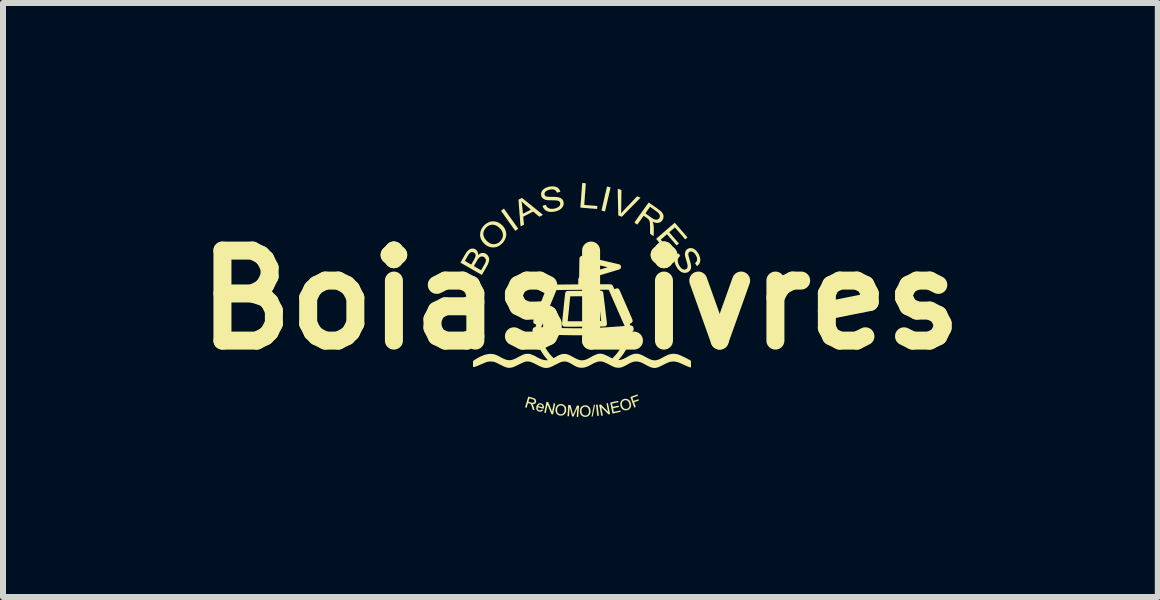
<source format=kicad_pcb>
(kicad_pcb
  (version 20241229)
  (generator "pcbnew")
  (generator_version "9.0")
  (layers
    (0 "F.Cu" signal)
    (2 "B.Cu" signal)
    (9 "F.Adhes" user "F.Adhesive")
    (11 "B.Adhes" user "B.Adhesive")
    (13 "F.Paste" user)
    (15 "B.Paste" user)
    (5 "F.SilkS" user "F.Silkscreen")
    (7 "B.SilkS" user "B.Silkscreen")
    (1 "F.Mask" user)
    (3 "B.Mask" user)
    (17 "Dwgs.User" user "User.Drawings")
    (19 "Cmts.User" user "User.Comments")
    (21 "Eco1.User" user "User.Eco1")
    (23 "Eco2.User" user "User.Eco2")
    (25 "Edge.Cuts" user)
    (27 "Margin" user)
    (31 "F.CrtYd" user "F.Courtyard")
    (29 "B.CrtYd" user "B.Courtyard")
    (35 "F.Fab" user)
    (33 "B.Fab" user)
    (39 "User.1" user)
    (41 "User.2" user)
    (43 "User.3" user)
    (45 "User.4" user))
  (footprint "BoiasLivres"
    (layer "F.Cu")
    (at 6.621 1.947)
    (property "Reference" "BoiasLivres" (at 0 0 0) (layer "F.SilkS") (effects (font (size 1.5 1.5) (thickness 0.3))))
    (attr board_only exclude_from_pos_files exclude_from_bom)
    (fp_poly (pts (xy 0.242 1.748) (xy 0.243 1.75) (xy 0.242 1.754) (xy 0.241 1.762) (xy 0.239 1.773) (xy 0.236 1.787) (xy 0.233 1.803) (xy 0.23 1.82) (xy 0.226 1.839) (xy 0.222 1.858) (xy 0.219 1.876) (xy 0.215 1.894) (xy 0.212 1.909) (xy 0.209 1.923) (xy 0.207 1.933) (xy 0.206 1.94) (xy 0.205 1.942) (xy 0.201 1.944) (xy 0.196 1.945) (xy 0.19 1.945) (xy 0.187 1.945) (xy 0.187 1.944) (xy 0.187 1.942) (xy 0.188 1.934) (xy 0.19 1.923) (xy 0.193 1.909) (xy 0.196 1.892) (xy 0.2 1.873) (xy 0.204 1.852) (xy 0.205 1.845) (xy 0.224 1.747) (xy 0.233 1.747) (xy 0.24 1.747)) (stroke (width 0) (type solid)) (fill yes) (layer "F.SilkS"))
    (fp_poly (pts (xy 0.297 1.837) (xy 0.3 1.858) (xy 0.302 1.877) (xy 0.304 1.894) (xy 0.305 1.909) (xy 0.306 1.92) (xy 0.307 1.927) (xy 0.307 1.93) (xy 0.307 1.93) (xy 0.304 1.931) (xy 0.298 1.932) (xy 0.294 1.933) (xy 0.287 1.934) (xy 0.283 1.933) (xy 0.282 1.931) (xy 0.281 1.928) (xy 0.28 1.921) (xy 0.279 1.91) (xy 0.277 1.896) (xy 0.275 1.88) (xy 0.273 1.862) (xy 0.271 1.844) (xy 0.269 1.826) (xy 0.267 1.808) (xy 0.265 1.791) (xy 0.264 1.776) (xy 0.262 1.763) (xy 0.261 1.754) (xy 0.261 1.748) (xy 0.261 1.747) (xy 0.263 1.747) (xy 0.269 1.746) (xy 0.274 1.745) (xy 0.287 1.744)) (stroke (width 0) (type solid)) (fill yes) (layer "F.SilkS"))
    (fp_poly (pts (xy -1.219 -1.444) (xy -1.192 -1.406) (xy -1.167 -1.372) (xy -1.146 -1.341) (xy -1.126 -1.314) (xy -1.109 -1.291) (xy -1.095 -1.27) (xy -1.082 -1.252) (xy -1.071 -1.237) (xy -1.062 -1.224) (xy -1.055 -1.214) (xy -1.049 -1.205) (xy -1.044 -1.199) (xy -1.041 -1.194) (xy -1.039 -1.19) (xy -1.037 -1.188) (xy -1.037 -1.187) (xy -1.037 -1.187) (xy -1.038 -1.185) (xy -1.043 -1.18) (xy -1.05 -1.174) (xy -1.058 -1.168) (xy -1.066 -1.162) (xy -1.074 -1.156) (xy -1.08 -1.153) (xy -1.082 -1.152) (xy -1.085 -1.153) (xy -1.09 -1.157) (xy -1.091 -1.159) (xy -1.093 -1.162) (xy -1.099 -1.17) (xy -1.106 -1.18) (xy -1.116 -1.193) (xy -1.127 -1.209) (xy -1.14 -1.227) (xy -1.154 -1.247) (xy -1.169 -1.268) (xy -1.18 -1.283) (xy -1.196 -1.306) (xy -1.212 -1.329) (xy -1.228 -1.352) (xy -1.244 -1.373) (xy -1.258 -1.393) (xy -1.27 -1.411) (xy -1.281 -1.426) (xy -1.289 -1.438) (xy -1.292 -1.441) (xy -1.301 -1.454) (xy -1.309 -1.465) (xy -1.315 -1.475) (xy -1.319 -1.481) (xy -1.321 -1.484) (xy -1.321 -1.485) (xy -1.319 -1.487) (xy -1.314 -1.491) (xy -1.306 -1.497) (xy -1.297 -1.504) (xy -1.274 -1.521)) (stroke (width 0) (type solid)) (fill yes) (layer "F.SilkS"))
    (fp_poly (pts (xy 0.773 1.65) (xy 0.792 1.656) (xy 0.808 1.667) (xy 0.822 1.68) (xy 0.833 1.698) (xy 0.841 1.72) (xy 0.842 1.722) (xy 0.845 1.738) (xy 0.845 1.755) (xy 0.844 1.772) (xy 0.84 1.787) (xy 0.837 1.793) (xy 0.828 1.807) (xy 0.815 1.82) (xy 0.8 1.83) (xy 0.794 1.833) (xy 0.781 1.837) (xy 0.766 1.84) (xy 0.751 1.841) (xy 0.737 1.839) (xy 0.732 1.838) (xy 0.717 1.832) (xy 0.704 1.824) (xy 0.694 1.814) (xy 0.68 1.796) (xy 0.671 1.776) (xy 0.665 1.754) (xy 0.665 1.735) (xy 0.69 1.735) (xy 0.693 1.755) (xy 0.694 1.758) (xy 0.701 1.778) (xy 0.711 1.794) (xy 0.723 1.806) (xy 0.737 1.814) (xy 0.752 1.818) (xy 0.768 1.817) (xy 0.777 1.815) (xy 0.793 1.807) (xy 0.806 1.796) (xy 0.813 1.784) (xy 0.818 1.769) (xy 0.819 1.752) (xy 0.817 1.735) (xy 0.811 1.717) (xy 0.803 1.701) (xy 0.793 1.688) (xy 0.782 1.679) (xy 0.768 1.673) (xy 0.753 1.671) (xy 0.737 1.673) (xy 0.722 1.679) (xy 0.709 1.688) (xy 0.699 1.7) (xy 0.698 1.702) (xy 0.692 1.717) (xy 0.69 1.735) (xy 0.665 1.735) (xy 0.664 1.732) (xy 0.668 1.709) (xy 0.67 1.702) (xy 0.675 1.692) (xy 0.683 1.681) (xy 0.694 1.67) (xy 0.705 1.661) (xy 0.714 1.656) (xy 0.734 1.649) (xy 0.754 1.647)) (stroke (width 0) (type solid)) (fill yes) (layer "F.SilkS"))
    (fp_poly (pts (xy 0.446 -1.888) (xy 0.453 -1.887) (xy 0.461 -1.885) (xy 0.471 -1.883) (xy 0.482 -1.88) (xy 0.491 -1.878) (xy 0.498 -1.876) (xy 0.502 -1.875) (xy 0.502 -1.875) (xy 0.502 -1.872) (xy 0.501 -1.866) (xy 0.499 -1.857) (xy 0.498 -1.852) (xy 0.497 -1.846) (xy 0.494 -1.835) (xy 0.491 -1.821) (xy 0.487 -1.803) (xy 0.482 -1.782) (xy 0.476 -1.758) (xy 0.471 -1.732) (xy 0.464 -1.705) (xy 0.458 -1.677) (xy 0.454 -1.661) (xy 0.446 -1.626) (xy 0.439 -1.596) (xy 0.433 -1.57) (xy 0.428 -1.549) (xy 0.424 -1.53) (xy 0.42 -1.515) (xy 0.417 -1.503) (xy 0.415 -1.493) (xy 0.413 -1.486) (xy 0.412 -1.481) (xy 0.411 -1.477) (xy 0.41 -1.475) (xy 0.409 -1.474) (xy 0.409 -1.474) (xy 0.408 -1.474) (xy 0.408 -1.474) (xy 0.405 -1.474) (xy 0.398 -1.476) (xy 0.389 -1.478) (xy 0.38 -1.48) (xy 0.366 -1.484) (xy 0.357 -1.487) (xy 0.353 -1.489) (xy 0.353 -1.49) (xy 0.353 -1.493) (xy 0.355 -1.5) (xy 0.357 -1.512) (xy 0.361 -1.526) (xy 0.365 -1.544) (xy 0.369 -1.565) (xy 0.374 -1.587) (xy 0.38 -1.611) (xy 0.386 -1.637) (xy 0.392 -1.664) (xy 0.398 -1.691) (xy 0.404 -1.718) (xy 0.41 -1.744) (xy 0.416 -1.77) (xy 0.422 -1.794) (xy 0.427 -1.816) (xy 0.432 -1.836) (xy 0.436 -1.854) (xy 0.439 -1.868) (xy 0.442 -1.879) (xy 0.443 -1.886) (xy 0.444 -1.888)) (stroke (width 0) (type solid)) (fill yes) (layer "F.SilkS"))
    (fp_poly (pts (xy -0.306 1.737) (xy -0.291 1.741) (xy -0.277 1.749) (xy -0.264 1.76) (xy -0.261 1.762) (xy -0.25 1.775) (xy -0.243 1.788) (xy -0.238 1.803) (xy -0.236 1.819) (xy -0.236 1.842) (xy -0.24 1.863) (xy -0.248 1.883) (xy -0.26 1.899) (xy -0.274 1.913) (xy -0.288 1.921) (xy -0.3 1.925) (xy -0.316 1.928) (xy -0.332 1.928) (xy -0.347 1.927) (xy -0.354 1.925) (xy -0.373 1.917) (xy -0.389 1.904) (xy -0.401 1.889) (xy -0.41 1.87) (xy -0.414 1.85) (xy -0.415 1.844) (xy -0.415 1.841) (xy -0.388 1.841) (xy -0.386 1.859) (xy -0.38 1.875) (xy -0.37 1.888) (xy -0.358 1.898) (xy -0.343 1.904) (xy -0.327 1.906) (xy -0.309 1.904) (xy -0.307 1.903) (xy -0.298 1.899) (xy -0.288 1.892) (xy -0.285 1.889) (xy -0.276 1.878) (xy -0.269 1.866) (xy -0.266 1.852) (xy -0.264 1.834) (xy -0.264 1.826) (xy -0.264 1.815) (xy -0.265 1.806) (xy -0.266 1.8) (xy -0.269 1.794) (xy -0.271 1.79) (xy -0.281 1.776) (xy -0.294 1.767) (xy -0.309 1.76) (xy -0.325 1.759) (xy -0.342 1.761) (xy -0.353 1.766) (xy -0.367 1.775) (xy -0.377 1.789) (xy -0.384 1.806) (xy -0.387 1.827) (xy -0.388 1.841) (xy -0.415 1.841) (xy -0.414 1.82) (xy -0.409 1.798) (xy -0.401 1.778) (xy -0.388 1.762) (xy -0.385 1.758) (xy -0.371 1.747) (xy -0.355 1.74) (xy -0.337 1.737) (xy -0.325 1.736)) (stroke (width 0) (type solid)) (fill yes) (layer "F.SilkS"))
    (fp_poly (pts (xy 0.093 1.758) (xy 0.102 1.758) (xy 0.109 1.76) (xy 0.115 1.762) (xy 0.121 1.765) (xy 0.137 1.776) (xy 0.151 1.79) (xy 0.161 1.806) (xy 0.163 1.811) (xy 0.166 1.818) (xy 0.167 1.825) (xy 0.168 1.834) (xy 0.169 1.845) (xy 0.169 1.855) (xy 0.169 1.868) (xy 0.168 1.877) (xy 0.168 1.884) (xy 0.166 1.89) (xy 0.163 1.896) (xy 0.161 1.902) (xy 0.149 1.919) (xy 0.135 1.933) (xy 0.118 1.943) (xy 0.099 1.949) (xy 0.078 1.95) (xy 0.066 1.949) (xy 0.047 1.944) (xy 0.03 1.934) (xy 0.015 1.921) (xy 0.004 1.905) (xy -0.004 1.886) (xy -0.007 1.873) (xy -0.008 1.857) (xy -0.008 1.85) (xy 0.019 1.85) (xy 0.02 1.866) (xy 0.022 1.88) (xy 0.026 1.891) (xy 0.033 1.902) (xy 0.033 1.903) (xy 0.044 1.914) (xy 0.058 1.922) (xy 0.074 1.926) (xy 0.091 1.926) (xy 0.103 1.924) (xy 0.114 1.919) (xy 0.124 1.91) (xy 0.133 1.899) (xy 0.139 1.887) (xy 0.139 1.887) (xy 0.142 1.872) (xy 0.143 1.855) (xy 0.141 1.837) (xy 0.138 1.821) (xy 0.135 1.813) (xy 0.126 1.8) (xy 0.114 1.789) (xy 0.101 1.783) (xy 0.086 1.78) (xy 0.071 1.78) (xy 0.056 1.784) (xy 0.043 1.792) (xy 0.032 1.803) (xy 0.026 1.813) (xy 0.023 1.821) (xy 0.02 1.828) (xy 0.019 1.836) (xy 0.019 1.847) (xy 0.019 1.85) (xy -0.008 1.85) (xy -0.007 1.84) (xy -0.005 1.824) (xy -0.001 1.81) (xy 0.001 1.805) (xy 0.01 1.79) (xy 0.021 1.778) (xy 0.034 1.769) (xy 0.039 1.766) (xy 0.048 1.762) (xy 0.054 1.759) (xy 0.061 1.758) (xy 0.07 1.758) (xy 0.081 1.757)) (stroke (width 0) (type solid)) (fill yes) (layer "F.SilkS"))
    (fp_poly (pts (xy 0.458 1.721) (xy 0.459 1.724) (xy 0.461 1.731) (xy 0.463 1.742) (xy 0.466 1.756) (xy 0.469 1.772) (xy 0.473 1.791) (xy 0.476 1.807) (xy 0.48 1.828) (xy 0.484 1.846) (xy 0.487 1.863) (xy 0.49 1.877) (xy 0.492 1.888) (xy 0.494 1.895) (xy 0.494 1.898) (xy 0.495 1.901) (xy 0.493 1.903) (xy 0.487 1.905) (xy 0.483 1.906) (xy 0.469 1.909) (xy 0.409 1.848) (xy 0.394 1.834) (xy 0.381 1.821) (xy 0.37 1.81) (xy 0.36 1.801) (xy 0.353 1.794) (xy 0.349 1.791) (xy 0.348 1.79) (xy 0.348 1.793) (xy 0.35 1.8) (xy 0.352 1.811) (xy 0.354 1.825) (xy 0.357 1.841) (xy 0.361 1.859) (xy 0.361 1.86) (xy 0.365 1.877) (xy 0.368 1.893) (xy 0.37 1.907) (xy 0.372 1.918) (xy 0.373 1.925) (xy 0.373 1.928) (xy 0.373 1.928) (xy 0.369 1.929) (xy 0.363 1.93) (xy 0.36 1.93) (xy 0.349 1.932) (xy 0.332 1.845) (xy 0.328 1.824) (xy 0.324 1.805) (xy 0.321 1.788) (xy 0.318 1.774) (xy 0.316 1.763) (xy 0.315 1.755) (xy 0.314 1.752) (xy 0.315 1.749) (xy 0.318 1.747) (xy 0.325 1.746) (xy 0.327 1.745) (xy 0.34 1.743) (xy 0.4 1.804) (xy 0.414 1.818) (xy 0.427 1.831) (xy 0.438 1.842) (xy 0.448 1.851) (xy 0.455 1.857) (xy 0.459 1.861) (xy 0.46 1.861) (xy 0.46 1.858) (xy 0.459 1.85) (xy 0.456 1.839) (xy 0.454 1.825) (xy 0.451 1.809) (xy 0.448 1.794) (xy 0.444 1.777) (xy 0.441 1.761) (xy 0.439 1.748) (xy 0.437 1.737) (xy 0.436 1.73) (xy 0.435 1.728) (xy 0.437 1.725) (xy 0.443 1.723) (xy 0.449 1.721) (xy 0.455 1.72)) (stroke (width 0) (type solid)) (fill yes) (layer "F.SilkS"))
    (fp_poly (pts (xy 0.953 1.578) (xy 0.955 1.583) (xy 0.958 1.589) (xy 0.959 1.594) (xy 0.959 1.596) (xy 0.957 1.598) (xy 0.95 1.6) (xy 0.94 1.604) (xy 0.928 1.609) (xy 0.914 1.614) (xy 0.912 1.615) (xy 0.866 1.632) (xy 0.873 1.651) (xy 0.878 1.664) (xy 0.881 1.673) (xy 0.884 1.679) (xy 0.885 1.682) (xy 0.886 1.683) (xy 0.887 1.684) (xy 0.887 1.684) (xy 0.89 1.683) (xy 0.897 1.68) (xy 0.907 1.677) (xy 0.919 1.672) (xy 0.928 1.669) (xy 0.967 1.654) (xy 0.97 1.661) (xy 0.973 1.668) (xy 0.973 1.673) (xy 0.972 1.676) (xy 0.967 1.68) (xy 0.958 1.683) (xy 0.952 1.686) (xy 0.934 1.692) (xy 0.921 1.697) (xy 0.911 1.701) (xy 0.904 1.704) (xy 0.899 1.706) (xy 0.897 1.708) (xy 0.896 1.709) (xy 0.896 1.71) (xy 0.896 1.713) (xy 0.899 1.72) (xy 0.902 1.73) (xy 0.907 1.742) (xy 0.909 1.749) (xy 0.914 1.761) (xy 0.918 1.772) (xy 0.921 1.78) (xy 0.923 1.785) (xy 0.923 1.786) (xy 0.921 1.787) (xy 0.916 1.789) (xy 0.91 1.791) (xy 0.904 1.793) (xy 0.902 1.794) (xy 0.898 1.792) (xy 0.895 1.787) (xy 0.894 1.782) (xy 0.89 1.774) (xy 0.886 1.763) (xy 0.881 1.75) (xy 0.876 1.736) (xy 0.87 1.72) (xy 0.864 1.702) (xy 0.857 1.685) (xy 0.852 1.67) (xy 0.849 1.662) (xy 0.843 1.647) (xy 0.839 1.636) (xy 0.836 1.628) (xy 0.835 1.623) (xy 0.835 1.62) (xy 0.836 1.618) (xy 0.838 1.617) (xy 0.84 1.616) (xy 0.848 1.613) (xy 0.859 1.609) (xy 0.872 1.604) (xy 0.886 1.599) (xy 0.9 1.594) (xy 0.914 1.589) (xy 0.927 1.584) (xy 0.938 1.58) (xy 0.946 1.578) (xy 0.95 1.576) (xy 0.95 1.576)) (stroke (width 0) (type solid)) (fill yes) (layer "F.SilkS"))
    (fp_poly (pts (xy -0.561 1.697) (xy -0.556 1.698) (xy -0.55 1.699) (xy -0.538 1.702) (xy -0.518 1.75) (xy -0.511 1.767) (xy -0.503 1.785) (xy -0.496 1.803) (xy -0.49 1.819) (xy -0.485 1.83) (xy -0.472 1.862) (xy -0.458 1.792) (xy -0.444 1.722) (xy -0.434 1.723) (xy -0.427 1.724) (xy -0.422 1.725) (xy -0.421 1.725) (xy -0.421 1.727) (xy -0.421 1.734) (xy -0.423 1.745) (xy -0.426 1.761) (xy -0.43 1.781) (xy -0.435 1.806) (xy -0.437 1.817) (xy -0.441 1.837) (xy -0.445 1.856) (xy -0.448 1.873) (xy -0.451 1.887) (xy -0.453 1.898) (xy -0.455 1.905) (xy -0.455 1.908) (xy -0.455 1.908) (xy -0.457 1.909) (xy -0.463 1.908) (xy -0.47 1.907) (xy -0.474 1.907) (xy -0.476 1.906) (xy -0.478 1.905) (xy -0.48 1.903) (xy -0.482 1.9) (xy -0.485 1.896) (xy -0.488 1.889) (xy -0.492 1.88) (xy -0.497 1.868) (xy -0.504 1.852) (xy -0.511 1.833) (xy -0.521 1.81) (xy -0.525 1.799) (xy -0.531 1.785) (xy -0.537 1.772) (xy -0.542 1.761) (xy -0.545 1.754) (xy -0.548 1.751) (xy -0.548 1.75) (xy -0.549 1.753) (xy -0.551 1.76) (xy -0.553 1.771) (xy -0.556 1.785) (xy -0.559 1.801) (xy -0.563 1.818) (xy -0.563 1.819) (xy -0.567 1.836) (xy -0.57 1.852) (xy -0.572 1.866) (xy -0.574 1.876) (xy -0.576 1.883) (xy -0.576 1.885) (xy -0.576 1.885) (xy -0.579 1.886) (xy -0.585 1.885) (xy -0.591 1.883) (xy -0.597 1.88) (xy -0.6 1.878) (xy -0.6 1.878) (xy -0.6 1.875) (xy -0.599 1.868) (xy -0.597 1.857) (xy -0.594 1.844) (xy -0.591 1.828) (xy -0.587 1.811) (xy -0.584 1.793) (xy -0.58 1.774) (xy -0.576 1.756) (xy -0.573 1.74) (xy -0.57 1.725) (xy -0.567 1.712) (xy -0.566 1.703) (xy -0.564 1.698) (xy -0.564 1.697)) (stroke (width 0) (type solid)) (fill yes) (layer "F.SilkS"))
    (fp_poly (pts (xy -0.655 1.724) (xy -0.639 1.73) (xy -0.626 1.74) (xy -0.625 1.741) (xy -0.615 1.754) (xy -0.609 1.77) (xy -0.608 1.787) (xy -0.611 1.805) (xy -0.613 1.812) (xy -0.615 1.815) (xy -0.618 1.815) (xy -0.619 1.815) (xy -0.623 1.814) (xy -0.631 1.811) (xy -0.642 1.808) (xy -0.654 1.805) (xy -0.663 1.802) (xy -0.676 1.798) (xy -0.688 1.795) (xy -0.698 1.792) (xy -0.704 1.79) (xy -0.706 1.79) (xy -0.709 1.791) (xy -0.711 1.796) (xy -0.712 1.803) (xy -0.711 1.812) (xy -0.71 1.814) (xy -0.705 1.826) (xy -0.695 1.836) (xy -0.683 1.841) (xy -0.671 1.843) (xy -0.66 1.839) (xy -0.65 1.832) (xy -0.645 1.828) (xy -0.642 1.827) (xy -0.637 1.828) (xy -0.632 1.829) (xy -0.626 1.832) (xy -0.622 1.835) (xy -0.621 1.835) (xy -0.622 1.839) (xy -0.626 1.844) (xy -0.633 1.85) (xy -0.64 1.856) (xy -0.646 1.86) (xy -0.65 1.861) (xy -0.663 1.863) (xy -0.677 1.863) (xy -0.689 1.862) (xy -0.693 1.86) (xy -0.71 1.852) (xy -0.723 1.841) (xy -0.731 1.828) (xy -0.736 1.811) (xy -0.736 1.793) (xy -0.731 1.773) (xy -0.731 1.77) (xy -0.729 1.767) (xy -0.702 1.767) (xy -0.701 1.769) (xy -0.7 1.77) (xy -0.696 1.771) (xy -0.688 1.774) (xy -0.679 1.776) (xy -0.668 1.78) (xy -0.657 1.783) (xy -0.647 1.785) (xy -0.64 1.787) (xy -0.635 1.788) (xy -0.635 1.789) (xy -0.634 1.786) (xy -0.633 1.781) (xy -0.633 1.776) (xy -0.634 1.768) (xy -0.636 1.761) (xy -0.641 1.755) (xy -0.641 1.755) (xy -0.651 1.747) (xy -0.663 1.743) (xy -0.675 1.743) (xy -0.686 1.747) (xy -0.695 1.755) (xy -0.699 1.761) (xy -0.702 1.767) (xy -0.729 1.767) (xy -0.723 1.753) (xy -0.712 1.74) (xy -0.7 1.729) (xy -0.685 1.723) (xy -0.672 1.721)) (stroke (width 0) (type solid)) (fill yes) (layer "F.SilkS"))
    (fp_poly (pts (xy 0.04 -1.947) (xy 0.049 -1.946) (xy 0.06 -1.946) (xy 0.07 -1.945) (xy 0.079 -1.944) (xy 0.086 -1.943) (xy 0.09 -1.942) (xy 0.09 -1.942) (xy 0.09 -1.942) (xy 0.09 -1.94) (xy 0.09 -1.937) (xy 0.09 -1.932) (xy 0.09 -1.925) (xy 0.089 -1.917) (xy 0.088 -1.905) (xy 0.087 -1.891) (xy 0.086 -1.874) (xy 0.085 -1.853) (xy 0.083 -1.829) (xy 0.081 -1.801) (xy 0.078 -1.769) (xy 0.075 -1.732) (xy 0.073 -1.706) (xy 0.072 -1.681) (xy 0.07 -1.659) (xy 0.068 -1.638) (xy 0.067 -1.62) (xy 0.066 -1.605) (xy 0.066 -1.594) (xy 0.065 -1.586) (xy 0.065 -1.583) (xy 0.065 -1.583) (xy 0.068 -1.582) (xy 0.075 -1.582) (xy 0.086 -1.581) (xy 0.101 -1.579) (xy 0.118 -1.578) (xy 0.138 -1.576) (xy 0.16 -1.575) (xy 0.174 -1.574) (xy 0.197 -1.572) (xy 0.218 -1.57) (xy 0.237 -1.569) (xy 0.253 -1.567) (xy 0.266 -1.566) (xy 0.276 -1.565) (xy 0.281 -1.565) (xy 0.282 -1.565) (xy 0.282 -1.562) (xy 0.282 -1.556) (xy 0.282 -1.546) (xy 0.281 -1.54) (xy 0.28 -1.516) (xy 0.268 -1.516) (xy 0.263 -1.517) (xy 0.254 -1.517) (xy 0.241 -1.518) (xy 0.224 -1.519) (xy 0.205 -1.521) (xy 0.183 -1.522) (xy 0.16 -1.524) (xy 0.135 -1.526) (xy 0.129 -1.527) (xy 0.104 -1.529) (xy 0.081 -1.53) (xy 0.06 -1.532) (xy 0.041 -1.534) (xy 0.025 -1.535) (xy 0.013 -1.536) (xy 0.005 -1.537) (xy 0.001 -1.537) (xy 0.000294 -1.538) (xy 0.000334 -1.54) (xy 0.001 -1.547) (xy 0.001 -1.558) (xy 0.002 -1.573) (xy 0.004 -1.591) (xy 0.005 -1.612) (xy 0.007 -1.635) (xy 0.009 -1.66) (xy 0.011 -1.686) (xy 0.013 -1.713) (xy 0.015 -1.741) (xy 0.017 -1.768) (xy 0.019 -1.795) (xy 0.021 -1.822) (xy 0.023 -1.847) (xy 0.025 -1.87) (xy 0.026 -1.891) (xy 0.028 -1.909) (xy 0.029 -1.924) (xy 0.03 -1.936) (xy 0.031 -1.943) (xy 0.031 -1.946) (xy 0.031 -1.946) (xy 0.034 -1.947)) (stroke (width 0) (type solid)) (fill yes) (layer "F.SilkS"))
    (fp_poly (pts (xy 0.626 -1.852) (xy 0.632 -1.85) (xy 0.641 -1.847) (xy 0.652 -1.842) (xy 0.654 -1.842) (xy 0.684 -1.83) (xy 0.682 -1.644) (xy 0.682 -1.614) (xy 0.681 -1.585) (xy 0.681 -1.557) (xy 0.681 -1.532) (xy 0.68 -1.51) (xy 0.68 -1.49) (xy 0.68 -1.474) (xy 0.679 -1.462) (xy 0.679 -1.453) (xy 0.679 -1.45) (xy 0.679 -1.447) (xy 0.679 -1.446) (xy 0.682 -1.448) (xy 0.687 -1.452) (xy 0.694 -1.46) (xy 0.696 -1.462) (xy 0.704 -1.471) (xy 0.715 -1.483) (xy 0.728 -1.497) (xy 0.743 -1.513) (xy 0.759 -1.53) (xy 0.775 -1.547) (xy 0.791 -1.564) (xy 0.806 -1.579) (xy 0.819 -1.593) (xy 0.826 -1.6) (xy 0.837 -1.611) (xy 0.85 -1.625) (xy 0.863 -1.639) (xy 0.875 -1.652) (xy 0.877 -1.654) (xy 0.888 -1.666) (xy 0.901 -1.679) (xy 0.913 -1.692) (xy 0.923 -1.702) (xy 0.925 -1.704) (xy 0.946 -1.726) (xy 0.974 -1.715) (xy 0.985 -1.711) (xy 0.994 -1.707) (xy 1 -1.704) (xy 1.002 -1.703) (xy 1.002 -1.703) (xy 1 -1.701) (xy 0.995 -1.696) (xy 0.987 -1.687) (xy 0.977 -1.677) (xy 0.964 -1.663) (xy 0.949 -1.648) (xy 0.932 -1.63) (xy 0.913 -1.611) (xy 0.893 -1.591) (xy 0.875 -1.573) (xy 0.854 -1.551) (xy 0.832 -1.53) (xy 0.812 -1.509) (xy 0.792 -1.489) (xy 0.774 -1.47) (xy 0.758 -1.454) (xy 0.744 -1.44) (xy 0.733 -1.428) (xy 0.724 -1.419) (xy 0.721 -1.415) (xy 0.711 -1.405) (xy 0.702 -1.397) (xy 0.695 -1.391) (xy 0.69 -1.387) (xy 0.688 -1.386) (xy 0.684 -1.387) (xy 0.677 -1.39) (xy 0.667 -1.393) (xy 0.658 -1.397) (xy 0.632 -1.407) (xy 0.631 -1.434) (xy 0.63 -1.458) (xy 0.63 -1.484) (xy 0.629 -1.513) (xy 0.628 -1.542) (xy 0.628 -1.572) (xy 0.627 -1.603) (xy 0.626 -1.633) (xy 0.626 -1.663) (xy 0.625 -1.693) (xy 0.624 -1.721) (xy 0.624 -1.747) (xy 0.624 -1.772) (xy 0.623 -1.794) (xy 0.623 -1.813) (xy 0.623 -1.828) (xy 0.623 -1.84) (xy 0.623 -1.848) (xy 0.623 -1.852) (xy 0.623 -1.852)) (stroke (width 0) (type solid)) (fill yes) (layer "F.SilkS"))
    (fp_poly (pts (xy -1.434 -1.308) (xy -1.42 -1.306) (xy -1.415 -1.306) (xy -1.387 -1.297) (xy -1.359 -1.285) (xy -1.333 -1.268) (xy -1.308 -1.248) (xy -1.286 -1.225) (xy -1.268 -1.2) (xy -1.253 -1.173) (xy -1.246 -1.155) (xy -1.238 -1.126) (xy -1.235 -1.096) (xy -1.237 -1.066) (xy -1.245 -1.036) (xy -1.256 -1.007) (xy -1.272 -0.979) (xy -1.291 -0.953) (xy -1.314 -0.931) (xy -1.339 -0.911) (xy -1.365 -0.895) (xy -1.394 -0.883) (xy -1.423 -0.876) (xy -1.424 -0.876) (xy -1.444 -0.874) (xy -1.466 -0.874) (xy -1.486 -0.876) (xy -1.497 -0.878) (xy -1.527 -0.887) (xy -1.553 -0.899) (xy -1.576 -0.914) (xy -1.598 -0.933) (xy -1.604 -0.939) (xy -1.626 -0.964) (xy -1.643 -0.988) (xy -1.656 -1.013) (xy -1.665 -1.038) (xy -1.666 -1.043) (xy -1.669 -1.053) (xy -1.67 -1.063) (xy -1.671 -1.072) (xy -1.671 -1.084) (xy -1.671 -1.091) (xy -1.617 -1.091) (xy -1.613 -1.066) (xy -1.604 -1.042) (xy -1.593 -1.023) (xy -1.577 -1.001) (xy -1.557 -0.981) (xy -1.537 -0.963) (xy -1.515 -0.948) (xy -1.493 -0.937) (xy -1.477 -0.932) (xy -1.46 -0.929) (xy -1.44 -0.929) (xy -1.421 -0.931) (xy -1.403 -0.934) (xy -1.395 -0.937) (xy -1.378 -0.944) (xy -1.364 -0.953) (xy -1.351 -0.963) (xy -1.339 -0.973) (xy -1.323 -0.991) (xy -1.311 -1.009) (xy -1.301 -1.028) (xy -1.298 -1.038) (xy -1.294 -1.048) (xy -1.292 -1.056) (xy -1.291 -1.064) (xy -1.291 -1.073) (xy -1.292 -1.085) (xy -1.292 -1.086) (xy -1.294 -1.109) (xy -1.299 -1.13) (xy -1.308 -1.149) (xy -1.321 -1.169) (xy -1.338 -1.188) (xy -1.34 -1.19) (xy -1.363 -1.212) (xy -1.387 -1.229) (xy -1.412 -1.242) (xy -1.437 -1.25) (xy -1.463 -1.253) (xy -1.467 -1.253) (xy -1.48 -1.252) (xy -1.496 -1.249) (xy -1.513 -1.244) (xy -1.528 -1.237) (xy -1.532 -1.235) (xy -1.545 -1.227) (xy -1.558 -1.216) (xy -1.572 -1.203) (xy -1.584 -1.189) (xy -1.594 -1.175) (xy -1.599 -1.167) (xy -1.61 -1.141) (xy -1.616 -1.116) (xy -1.617 -1.091) (xy -1.671 -1.091) (xy -1.67 -1.096) (xy -1.668 -1.123) (xy -1.662 -1.148) (xy -1.653 -1.172) (xy -1.64 -1.196) (xy -1.634 -1.205) (xy -1.613 -1.232) (xy -1.589 -1.256) (xy -1.561 -1.276) (xy -1.532 -1.291) (xy -1.501 -1.303) (xy -1.494 -1.305) (xy -1.482 -1.307) (xy -1.467 -1.308) (xy -1.45 -1.308)) (stroke (width 0) (type solid)) (fill yes) (layer "F.SilkS"))
    (fp_poly (pts (xy -0.865 1.613) (xy -0.859 1.614) (xy -0.849 1.617) (xy -0.837 1.62) (xy -0.824 1.623) (xy -0.81 1.627) (xy -0.797 1.631) (xy -0.785 1.635) (xy -0.776 1.638) (xy -0.771 1.64) (xy -0.756 1.648) (xy -0.746 1.658) (xy -0.74 1.67) (xy -0.737 1.684) (xy -0.737 1.687) (xy -0.739 1.704) (xy -0.745 1.717) (xy -0.755 1.728) (xy -0.769 1.735) (xy -0.784 1.738) (xy -0.798 1.739) (xy -0.791 1.752) (xy -0.788 1.757) (xy -0.785 1.766) (xy -0.781 1.777) (xy -0.776 1.79) (xy -0.772 1.803) (xy -0.768 1.815) (xy -0.765 1.825) (xy -0.764 1.832) (xy -0.763 1.835) (xy -0.765 1.836) (xy -0.771 1.835) (xy -0.779 1.834) (xy -0.781 1.833) (xy -0.788 1.83) (xy -0.792 1.828) (xy -0.793 1.827) (xy -0.794 1.824) (xy -0.797 1.817) (xy -0.8 1.807) (xy -0.804 1.795) (xy -0.805 1.789) (xy -0.811 1.771) (xy -0.815 1.757) (xy -0.82 1.747) (xy -0.824 1.74) (xy -0.829 1.735) (xy -0.833 1.732) (xy -0.841 1.729) (xy -0.85 1.726) (xy -0.859 1.723) (xy -0.867 1.721) (xy -0.872 1.721) (xy -0.873 1.721) (xy -0.874 1.724) (xy -0.876 1.731) (xy -0.88 1.741) (xy -0.883 1.754) (xy -0.885 1.761) (xy -0.896 1.798) (xy -0.907 1.795) (xy -0.914 1.793) (xy -0.919 1.791) (xy -0.92 1.79) (xy -0.92 1.788) (xy -0.918 1.781) (xy -0.916 1.771) (xy -0.912 1.759) (xy -0.91 1.749) (xy -0.905 1.733) (xy -0.899 1.714) (xy -0.893 1.694) (xy -0.893 1.693) (xy -0.864 1.693) (xy -0.864 1.696) (xy -0.864 1.696) (xy -0.861 1.698) (xy -0.854 1.7) (xy -0.845 1.703) (xy -0.834 1.706) (xy -0.822 1.71) (xy -0.811 1.713) (xy -0.804 1.715) (xy -0.793 1.715) (xy -0.782 1.713) (xy -0.773 1.707) (xy -0.766 1.698) (xy -0.763 1.687) (xy -0.766 1.677) (xy -0.772 1.668) (xy -0.779 1.663) (xy -0.785 1.66) (xy -0.794 1.656) (xy -0.805 1.653) (xy -0.817 1.649) (xy -0.828 1.645) (xy -0.838 1.643) (xy -0.845 1.641) (xy -0.846 1.641) (xy -0.848 1.643) (xy -0.851 1.649) (xy -0.854 1.658) (xy -0.858 1.668) (xy -0.86 1.677) (xy -0.863 1.686) (xy -0.864 1.693) (xy -0.893 1.693) (xy -0.887 1.674) (xy -0.884 1.662) (xy -0.879 1.648) (xy -0.875 1.635) (xy -0.872 1.624) (xy -0.869 1.616) (xy -0.868 1.613) (xy -0.868 1.613)) (stroke (width 0) (type solid)) (fill yes) (layer "F.SilkS"))
    (fp_poly (pts (xy 0.629 1.685) (xy 0.631 1.686) (xy 0.631 1.688) (xy 0.632 1.69) (xy 0.632 1.69) (xy 0.633 1.697) (xy 0.634 1.7) (xy 0.634 1.704) (xy 0.633 1.705) (xy 0.631 1.705) (xy 0.624 1.707) (xy 0.613 1.71) (xy 0.6 1.712) (xy 0.585 1.716) (xy 0.582 1.716) (xy 0.566 1.72) (xy 0.553 1.723) (xy 0.542 1.725) (xy 0.534 1.727) (xy 0.53 1.729) (xy 0.53 1.729) (xy 0.529 1.732) (xy 0.53 1.738) (xy 0.531 1.747) (xy 0.534 1.757) (xy 0.536 1.767) (xy 0.538 1.775) (xy 0.541 1.78) (xy 0.542 1.781) (xy 0.545 1.781) (xy 0.553 1.779) (xy 0.564 1.777) (xy 0.577 1.774) (xy 0.592 1.771) (xy 0.592 1.771) (xy 0.607 1.768) (xy 0.619 1.766) (xy 0.63 1.764) (xy 0.637 1.762) (xy 0.64 1.762) (xy 0.64 1.762) (xy 0.64 1.765) (xy 0.641 1.771) (xy 0.641 1.774) (xy 0.642 1.785) (xy 0.595 1.795) (xy 0.58 1.798) (xy 0.567 1.801) (xy 0.557 1.804) (xy 0.55 1.806) (xy 0.546 1.807) (xy 0.546 1.807) (xy 0.546 1.81) (xy 0.547 1.816) (xy 0.548 1.825) (xy 0.55 1.835) (xy 0.552 1.846) (xy 0.554 1.855) (xy 0.555 1.862) (xy 0.557 1.866) (xy 0.557 1.866) (xy 0.559 1.865) (xy 0.566 1.864) (xy 0.576 1.862) (xy 0.589 1.859) (xy 0.603 1.856) (xy 0.609 1.855) (xy 0.625 1.852) (xy 0.639 1.849) (xy 0.651 1.846) (xy 0.66 1.845) (xy 0.665 1.844) (xy 0.665 1.844) (xy 0.669 1.845) (xy 0.671 1.85) (xy 0.671 1.854) (xy 0.672 1.861) (xy 0.673 1.865) (xy 0.672 1.865) (xy 0.67 1.866) (xy 0.663 1.867) (xy 0.653 1.87) (xy 0.641 1.872) (xy 0.626 1.875) (xy 0.611 1.879) (xy 0.595 1.882) (xy 0.58 1.885) (xy 0.566 1.888) (xy 0.554 1.891) (xy 0.545 1.893) (xy 0.539 1.894) (xy 0.538 1.894) (xy 0.536 1.892) (xy 0.535 1.888) (xy 0.533 1.883) (xy 0.531 1.873) (xy 0.528 1.861) (xy 0.525 1.846) (xy 0.522 1.829) (xy 0.518 1.811) (xy 0.514 1.793) (xy 0.51 1.775) (xy 0.507 1.758) (xy 0.504 1.743) (xy 0.501 1.731) (xy 0.499 1.721) (xy 0.498 1.715) (xy 0.498 1.713) (xy 0.499 1.712) (xy 0.504 1.71) (xy 0.513 1.707) (xy 0.526 1.704) (xy 0.543 1.7) (xy 0.556 1.698) (xy 0.577 1.693) (xy 0.594 1.69) (xy 0.606 1.687) (xy 0.616 1.685) (xy 0.622 1.685) (xy 0.627 1.684)) (stroke (width 0) (type solid)) (fill yes) (layer "F.SilkS"))
    (fp_poly (pts (xy -0.183 1.752) (xy -0.174 1.753) (xy -0.167 1.754) (xy -0.164 1.754) (xy -0.164 1.754) (xy -0.163 1.757) (xy -0.161 1.764) (xy -0.158 1.774) (xy -0.155 1.786) (xy -0.151 1.801) (xy -0.147 1.817) (xy -0.143 1.833) (xy -0.139 1.85) (xy -0.135 1.865) (xy -0.131 1.878) (xy -0.129 1.89) (xy -0.127 1.898) (xy -0.126 1.902) (xy -0.126 1.902) (xy -0.124 1.907) (xy -0.123 1.91) (xy -0.122 1.908) (xy -0.119 1.902) (xy -0.114 1.893) (xy -0.109 1.881) (xy -0.102 1.866) (xy -0.095 1.851) (xy -0.088 1.834) (xy -0.081 1.817) (xy -0.074 1.801) (xy -0.068 1.785) (xy -0.062 1.771) (xy -0.061 1.77) (xy -0.057 1.76) (xy -0.041 1.762) (xy -0.032 1.763) (xy -0.026 1.764) (xy -0.023 1.764) (xy -0.023 1.767) (xy -0.024 1.774) (xy -0.024 1.785) (xy -0.025 1.799) (xy -0.026 1.816) (xy -0.028 1.835) (xy -0.029 1.851) (xy -0.03 1.872) (xy -0.032 1.891) (xy -0.033 1.908) (xy -0.034 1.923) (xy -0.034 1.934) (xy -0.035 1.942) (xy -0.035 1.944) (xy -0.036 1.949) (xy -0.038 1.951) (xy -0.043 1.951) (xy -0.051 1.95) (xy -0.056 1.95) (xy -0.058 1.949) (xy -0.059 1.948) (xy -0.06 1.947) (xy -0.06 1.943) (xy -0.06 1.938) (xy -0.06 1.929) (xy -0.059 1.918) (xy -0.058 1.903) (xy -0.057 1.884) (xy -0.056 1.876) (xy -0.055 1.857) (xy -0.054 1.84) (xy -0.053 1.826) (xy -0.052 1.814) (xy -0.051 1.806) (xy -0.051 1.802) (xy -0.051 1.802) (xy -0.052 1.804) (xy -0.055 1.81) (xy -0.059 1.82) (xy -0.065 1.832) (xy -0.072 1.847) (xy -0.079 1.864) (xy -0.083 1.873) (xy -0.114 1.945) (xy -0.125 1.944) (xy -0.132 1.944) (xy -0.136 1.943) (xy -0.137 1.943) (xy -0.138 1.94) (xy -0.14 1.933) (xy -0.143 1.923) (xy -0.146 1.909) (xy -0.151 1.893) (xy -0.155 1.875) (xy -0.158 1.866) (xy -0.163 1.847) (xy -0.167 1.83) (xy -0.171 1.815) (xy -0.175 1.803) (xy -0.177 1.795) (xy -0.178 1.79) (xy -0.179 1.789) (xy -0.179 1.792) (xy -0.179 1.798) (xy -0.18 1.808) (xy -0.181 1.822) (xy -0.182 1.838) (xy -0.184 1.854) (xy -0.185 1.873) (xy -0.186 1.89) (xy -0.187 1.905) (xy -0.188 1.917) (xy -0.189 1.926) (xy -0.189 1.93) (xy -0.191 1.94) (xy -0.203 1.939) (xy -0.21 1.938) (xy -0.214 1.937) (xy -0.215 1.937) (xy -0.215 1.934) (xy -0.214 1.927) (xy -0.214 1.916) (xy -0.213 1.901) (xy -0.211 1.885) (xy -0.21 1.866) (xy -0.209 1.85) (xy -0.207 1.83) (xy -0.206 1.81) (xy -0.205 1.793) (xy -0.204 1.779) (xy -0.203 1.768) (xy -0.203 1.76) (xy -0.203 1.758) (xy -0.203 1.75)) (stroke (width 0) (type solid)) (fill yes) (layer "F.SilkS"))
    (fp_poly (pts (xy 1.86 -0.861) (xy 1.871 -0.858) (xy 1.891 -0.85) (xy 1.91 -0.837) (xy 1.929 -0.82) (xy 1.946 -0.8) (xy 1.961 -0.778) (xy 1.975 -0.755) (xy 1.985 -0.73) (xy 1.993 -0.705) (xy 1.998 -0.681) (xy 1.998 -0.657) (xy 1.995 -0.635) (xy 1.995 -0.635) (xy 1.988 -0.614) (xy 1.977 -0.595) (xy 1.962 -0.579) (xy 1.955 -0.572) (xy 1.949 -0.566) (xy 1.945 -0.563) (xy 1.944 -0.563) (xy 1.942 -0.565) (xy 1.938 -0.57) (xy 1.932 -0.578) (xy 1.926 -0.587) (xy 1.911 -0.61) (xy 1.922 -0.623) (xy 1.934 -0.637) (xy 1.941 -0.652) (xy 1.945 -0.667) (xy 1.945 -0.668) (xy 1.945 -0.685) (xy 1.941 -0.703) (xy 1.935 -0.723) (xy 1.925 -0.742) (xy 1.914 -0.76) (xy 1.901 -0.777) (xy 1.887 -0.79) (xy 1.873 -0.8) (xy 1.872 -0.801) (xy 1.856 -0.806) (xy 1.841 -0.807) (xy 1.827 -0.804) (xy 1.814 -0.797) (xy 1.809 -0.792) (xy 1.803 -0.783) (xy 1.8 -0.773) (xy 1.799 -0.76) (xy 1.8 -0.744) (xy 1.804 -0.725) (xy 1.81 -0.704) (xy 1.814 -0.69) (xy 1.819 -0.674) (xy 1.824 -0.656) (xy 1.829 -0.639) (xy 1.83 -0.636) (xy 1.838 -0.606) (xy 1.843 -0.579) (xy 1.845 -0.555) (xy 1.843 -0.534) (xy 1.839 -0.516) (xy 1.832 -0.499) (xy 1.822 -0.486) (xy 1.807 -0.471) (xy 1.788 -0.46) (xy 1.768 -0.453) (xy 1.745 -0.45) (xy 1.727 -0.451) (xy 1.716 -0.453) (xy 1.704 -0.456) (xy 1.698 -0.458) (xy 1.677 -0.468) (xy 1.657 -0.483) (xy 1.638 -0.501) (xy 1.62 -0.522) (xy 1.605 -0.546) (xy 1.591 -0.571) (xy 1.58 -0.597) (xy 1.572 -0.623) (xy 1.568 -0.649) (xy 1.568 -0.674) (xy 1.569 -0.685) (xy 1.572 -0.701) (xy 1.578 -0.718) (xy 1.585 -0.733) (xy 1.593 -0.746) (xy 1.594 -0.747) (xy 1.599 -0.753) (xy 1.606 -0.76) (xy 1.613 -0.766) (xy 1.621 -0.772) (xy 1.627 -0.777) (xy 1.63 -0.778) (xy 1.633 -0.776) (xy 1.637 -0.771) (xy 1.643 -0.763) (xy 1.648 -0.756) (xy 1.664 -0.733) (xy 1.651 -0.722) (xy 1.642 -0.711) (xy 1.633 -0.698) (xy 1.631 -0.694) (xy 1.627 -0.685) (xy 1.624 -0.677) (xy 1.623 -0.669) (xy 1.623 -0.658) (xy 1.623 -0.657) (xy 1.625 -0.63) (xy 1.633 -0.603) (xy 1.645 -0.576) (xy 1.656 -0.559) (xy 1.663 -0.548) (xy 1.669 -0.541) (xy 1.675 -0.535) (xy 1.682 -0.528) (xy 1.689 -0.522) (xy 1.702 -0.513) (xy 1.714 -0.507) (xy 1.727 -0.505) (xy 1.734 -0.505) (xy 1.749 -0.507) (xy 1.762 -0.512) (xy 1.771 -0.519) (xy 1.779 -0.528) (xy 1.784 -0.539) (xy 1.786 -0.553) (xy 1.787 -0.562) (xy 1.786 -0.569) (xy 1.786 -0.576) (xy 1.785 -0.584) (xy 1.783 -0.593) (xy 1.78 -0.605) (xy 1.776 -0.619) (xy 1.771 -0.636) (xy 1.766 -0.653) (xy 1.758 -0.68) (xy 1.752 -0.702) (xy 1.747 -0.721) (xy 1.744 -0.737) (xy 1.742 -0.751) (xy 1.742 -0.764) (xy 1.743 -0.775) (xy 1.744 -0.787) (xy 1.745 -0.788) (xy 1.751 -0.809) (xy 1.762 -0.827) (xy 1.776 -0.842) (xy 1.794 -0.853) (xy 1.804 -0.858) (xy 1.822 -0.862) (xy 1.841 -0.863)) (stroke (width 0) (type solid)) (fill yes) (layer "F.SilkS"))
    (fp_poly (pts (xy -0.436 -1.89) (xy -0.41 -1.884) (xy -0.389 -1.875) (xy -0.37 -1.862) (xy -0.354 -1.844) (xy -0.342 -1.824) (xy -0.341 -1.823) (xy -0.337 -1.814) (xy -0.334 -1.807) (xy -0.333 -1.803) (xy -0.333 -1.803) (xy -0.336 -1.802) (xy -0.342 -1.799) (xy -0.351 -1.797) (xy -0.361 -1.794) (xy -0.37 -1.791) (xy -0.379 -1.788) (xy -0.385 -1.787) (xy -0.387 -1.786) (xy -0.389 -1.788) (xy -0.393 -1.794) (xy -0.395 -1.797) (xy -0.405 -1.813) (xy -0.418 -1.826) (xy -0.429 -1.834) (xy -0.444 -1.839) (xy -0.461 -1.841) (xy -0.48 -1.841) (xy -0.501 -1.839) (xy -0.522 -1.834) (xy -0.541 -1.828) (xy -0.559 -1.82) (xy -0.574 -1.811) (xy -0.577 -1.808) (xy -0.588 -1.796) (xy -0.595 -1.782) (xy -0.598 -1.768) (xy -0.597 -1.755) (xy -0.592 -1.742) (xy -0.584 -1.732) (xy -0.576 -1.726) (xy -0.571 -1.724) (xy -0.566 -1.722) (xy -0.56 -1.721) (xy -0.553 -1.72) (xy -0.543 -1.719) (xy -0.531 -1.718) (xy -0.515 -1.717) (xy -0.496 -1.717) (xy -0.472 -1.716) (xy -0.468 -1.716) (xy -0.444 -1.716) (xy -0.425 -1.715) (xy -0.409 -1.715) (xy -0.397 -1.714) (xy -0.387 -1.713) (xy -0.379 -1.712) (xy -0.372 -1.711) (xy -0.366 -1.71) (xy -0.362 -1.709) (xy -0.339 -1.701) (xy -0.319 -1.69) (xy -0.303 -1.676) (xy -0.291 -1.66) (xy -0.283 -1.64) (xy -0.283 -1.639) (xy -0.278 -1.617) (xy -0.279 -1.595) (xy -0.284 -1.574) (xy -0.293 -1.554) (xy -0.306 -1.535) (xy -0.323 -1.518) (xy -0.344 -1.503) (xy -0.369 -1.49) (xy -0.393 -1.48) (xy -0.413 -1.475) (xy -0.436 -1.47) (xy -0.46 -1.467) (xy -0.483 -1.466) (xy -0.505 -1.466) (xy -0.524 -1.469) (xy -0.531 -1.47) (xy -0.553 -1.477) (xy -0.573 -1.488) (xy -0.592 -1.502) (xy -0.607 -1.519) (xy -0.619 -1.536) (xy -0.62 -1.539) (xy -0.626 -1.55) (xy -0.629 -1.559) (xy -0.629 -1.564) (xy -0.627 -1.568) (xy -0.621 -1.571) (xy -0.611 -1.574) (xy -0.606 -1.576) (xy -0.596 -1.579) (xy -0.587 -1.582) (xy -0.581 -1.583) (xy -0.579 -1.584) (xy -0.577 -1.581) (xy -0.573 -1.576) (xy -0.57 -1.571) (xy -0.56 -1.553) (xy -0.546 -1.539) (xy -0.529 -1.529) (xy -0.508 -1.521) (xy -0.492 -1.518) (xy -0.471 -1.517) (xy -0.448 -1.519) (xy -0.424 -1.523) (xy -0.401 -1.531) (xy -0.38 -1.54) (xy -0.362 -1.552) (xy -0.357 -1.556) (xy -0.346 -1.568) (xy -0.339 -1.582) (xy -0.336 -1.597) (xy -0.336 -1.611) (xy -0.34 -1.625) (xy -0.348 -1.637) (xy -0.36 -1.646) (xy -0.362 -1.647) (xy -0.369 -1.65) (xy -0.376 -1.652) (xy -0.384 -1.654) (xy -0.393 -1.656) (xy -0.405 -1.657) (xy -0.42 -1.658) (xy -0.438 -1.659) (xy -0.46 -1.659) (xy -0.479 -1.66) (xy -0.501 -1.66) (xy -0.519 -1.66) (xy -0.533 -1.661) (xy -0.545 -1.661) (xy -0.554 -1.662) (xy -0.561 -1.663) (xy -0.568 -1.664) (xy -0.574 -1.666) (xy -0.597 -1.674) (xy -0.617 -1.685) (xy -0.632 -1.698) (xy -0.644 -1.715) (xy -0.647 -1.72) (xy -0.651 -1.728) (xy -0.653 -1.735) (xy -0.654 -1.742) (xy -0.654 -1.753) (xy -0.654 -1.759) (xy -0.654 -1.772) (xy -0.653 -1.782) (xy -0.651 -1.791) (xy -0.648 -1.799) (xy -0.638 -1.817) (xy -0.624 -1.834) (xy -0.606 -1.85) (xy -0.585 -1.863) (xy -0.56 -1.874) (xy -0.534 -1.883) (xy -0.505 -1.889) (xy -0.476 -1.891) (xy -0.464 -1.892)) (stroke (width 0) (type solid)) (fill yes) (layer "F.SilkS"))
    (fp_poly (pts (xy -0.971 -1.698) (xy -0.969 -1.696) (xy -0.963 -1.691) (xy -0.954 -1.685) (xy -0.943 -1.676) (xy -0.931 -1.665) (xy -0.916 -1.654) (xy -0.901 -1.642) (xy -0.885 -1.629) (xy -0.87 -1.616) (xy -0.855 -1.604) (xy -0.841 -1.593) (xy -0.828 -1.583) (xy -0.818 -1.575) (xy -0.816 -1.573) (xy -0.813 -1.571) (xy -0.807 -1.566) (xy -0.798 -1.558) (xy -0.786 -1.549) (xy -0.771 -1.537) (xy -0.755 -1.524) (xy -0.738 -1.51) (xy -0.719 -1.495) (xy -0.701 -1.48) (xy -0.683 -1.466) (xy -0.667 -1.453) (xy -0.653 -1.442) (xy -0.642 -1.432) (xy -0.633 -1.425) (xy -0.627 -1.42) (xy -0.625 -1.418) (xy -0.626 -1.417) (xy -0.631 -1.413) (xy -0.638 -1.409) (xy -0.647 -1.403) (xy -0.657 -1.398) (xy -0.666 -1.393) (xy -0.674 -1.389) (xy -0.679 -1.387) (xy -0.68 -1.387) (xy -0.683 -1.387) (xy -0.689 -1.391) (xy -0.697 -1.397) (xy -0.709 -1.406) (xy -0.723 -1.418) (xy -0.735 -1.428) (xy -0.749 -1.44) (xy -0.761 -1.45) (xy -0.771 -1.459) (xy -0.78 -1.465) (xy -0.785 -1.47) (xy -0.787 -1.471) (xy -0.789 -1.47) (xy -0.796 -1.467) (xy -0.804 -1.462) (xy -0.815 -1.457) (xy -0.816 -1.456) (xy -0.827 -1.451) (xy -0.841 -1.443) (xy -0.857 -1.435) (xy -0.875 -1.426) (xy -0.892 -1.417) (xy -0.897 -1.415) (xy -0.912 -1.407) (xy -0.925 -1.4) (xy -0.936 -1.394) (xy -0.945 -1.39) (xy -0.95 -1.387) (xy -0.951 -1.386) (xy -0.951 -1.384) (xy -0.951 -1.376) (xy -0.95 -1.366) (xy -0.949 -1.352) (xy -0.948 -1.336) (xy -0.946 -1.319) (xy -0.939 -1.253) (xy -0.966 -1.239) (xy -0.977 -1.234) (xy -0.986 -1.23) (xy -0.992 -1.227) (xy -0.994 -1.226) (xy -0.994 -1.226) (xy -0.996 -1.228) (xy -0.997 -1.229) (xy -0.997 -1.232) (xy -0.998 -1.24) (xy -0.999 -1.251) (xy -1 -1.266) (xy -1.002 -1.285) (xy -1.003 -1.306) (xy -1.005 -1.33) (xy -1.007 -1.356) (xy -1.009 -1.383) (xy -1.009 -1.385) (xy -1.012 -1.413) (xy -1.014 -1.442) (xy -1.016 -1.469) (xy -1.018 -1.495) (xy -1.02 -1.518) (xy -1.021 -1.539) (xy -1.023 -1.557) (xy -1.024 -1.571) (xy -1.024 -1.579) (xy -1.026 -1.595) (xy -1.027 -1.612) (xy -1.028 -1.628) (xy -1.029 -1.636) (xy -0.979 -1.636) (xy -0.979 -1.629) (xy -0.977 -1.619) (xy -0.976 -1.61) (xy -0.974 -1.603) (xy -0.973 -1.591) (xy -0.971 -1.576) (xy -0.969 -1.559) (xy -0.967 -1.541) (xy -0.965 -1.522) (xy -0.963 -1.503) (xy -0.962 -1.485) (xy -0.96 -1.469) (xy -0.959 -1.455) (xy -0.958 -1.445) (xy -0.958 -1.439) (xy -0.957 -1.436) (xy -0.956 -1.436) (xy -0.953 -1.438) (xy -0.947 -1.441) (xy -0.937 -1.446) (xy -0.925 -1.452) (xy -0.911 -1.459) (xy -0.906 -1.462) (xy -0.89 -1.47) (xy -0.875 -1.478) (xy -0.861 -1.485) (xy -0.85 -1.49) (xy -0.842 -1.495) (xy -0.841 -1.495) (xy -0.833 -1.5) (xy -0.829 -1.503) (xy -0.827 -1.505) (xy -0.829 -1.507) (xy -0.83 -1.508) (xy -0.833 -1.511) (xy -0.839 -1.516) (xy -0.848 -1.524) (xy -0.859 -1.534) (xy -0.872 -1.545) (xy -0.886 -1.557) (xy -0.887 -1.557) (xy -0.902 -1.57) (xy -0.917 -1.583) (xy -0.931 -1.595) (xy -0.943 -1.606) (xy -0.953 -1.615) (xy -0.959 -1.621) (xy -0.967 -1.628) (xy -0.973 -1.634) (xy -0.978 -1.638) (xy -0.979 -1.638) (xy -0.979 -1.636) (xy -1.029 -1.636) (xy -1.029 -1.641) (xy -1.03 -1.645) (xy -1.031 -1.67) (xy -1.002 -1.685) (xy -0.991 -1.69) (xy -0.982 -1.694) (xy -0.975 -1.697) (xy -0.971 -1.698)) (stroke (width 0) (type solid)) (fill yes) (layer "F.SilkS"))
    (fp_poly (pts (xy 1.139 -1.622) (xy 1.143 -1.62) (xy 1.149 -1.616) (xy 1.157 -1.61) (xy 1.168 -1.603) (xy 1.182 -1.593) (xy 1.2 -1.581) (xy 1.22 -1.567) (xy 1.244 -1.549) (xy 1.272 -1.53) (xy 1.285 -1.52) (xy 1.309 -1.502) (xy 1.33 -1.486) (xy 1.347 -1.471) (xy 1.36 -1.457) (xy 1.37 -1.443) (xy 1.377 -1.43) (xy 1.382 -1.417) (xy 1.385 -1.403) (xy 1.385 -1.398) (xy 1.385 -1.375) (xy 1.38 -1.354) (xy 1.371 -1.334) (xy 1.359 -1.317) (xy 1.344 -1.303) (xy 1.327 -1.292) (xy 1.307 -1.285) (xy 1.286 -1.282) (xy 1.273 -1.282) (xy 1.257 -1.284) (xy 1.238 -1.289) (xy 1.221 -1.295) (xy 1.211 -1.299) (xy 1.206 -1.302) (xy 1.203 -1.303) (xy 1.202 -1.303) (xy 1.203 -1.301) (xy 1.205 -1.296) (xy 1.208 -1.288) (xy 1.208 -1.288) (xy 1.213 -1.275) (xy 1.217 -1.261) (xy 1.22 -1.244) (xy 1.221 -1.225) (xy 1.223 -1.201) (xy 1.223 -1.174) (xy 1.223 -1.162) (xy 1.223 -1.144) (xy 1.223 -1.126) (xy 1.222 -1.109) (xy 1.222 -1.095) (xy 1.221 -1.085) (xy 1.221 -1.082) (xy 1.22 -1.06) (xy 1.19 -1.081) (xy 1.161 -1.103) (xy 1.161 -1.186) (xy 1.161 -1.216) (xy 1.16 -1.241) (xy 1.159 -1.263) (xy 1.158 -1.281) (xy 1.156 -1.296) (xy 1.154 -1.308) (xy 1.15 -1.318) (xy 1.146 -1.327) (xy 1.141 -1.335) (xy 1.135 -1.342) (xy 1.133 -1.343) (xy 1.128 -1.348) (xy 1.119 -1.355) (xy 1.11 -1.363) (xy 1.099 -1.371) (xy 1.087 -1.379) (xy 1.077 -1.386) (xy 1.067 -1.392) (xy 1.059 -1.397) (xy 1.055 -1.399) (xy 1.053 -1.399) (xy 1.051 -1.397) (xy 1.047 -1.391) (xy 1.04 -1.382) (xy 1.032 -1.37) (xy 1.022 -1.356) (xy 1.011 -1.34) (xy 1.001 -1.326) (xy 0.989 -1.309) (xy 0.978 -1.294) (xy 0.968 -1.281) (xy 0.96 -1.269) (xy 0.954 -1.261) (xy 0.951 -1.256) (xy 0.95 -1.254) (xy 0.947 -1.255) (xy 0.942 -1.258) (xy 0.935 -1.263) (xy 0.926 -1.269) (xy 0.918 -1.275) (xy 0.91 -1.281) (xy 0.904 -1.286) (xy 0.901 -1.289) (xy 0.901 -1.289) (xy 0.902 -1.291) (xy 0.906 -1.297) (xy 0.912 -1.307) (xy 0.921 -1.319) (xy 0.931 -1.333) (xy 0.942 -1.349) (xy 0.954 -1.366) (xy 0.956 -1.369) (xy 0.971 -1.39) (xy 0.988 -1.414) (xy 1.007 -1.44) (xy 1.01 -1.444) (xy 1.085 -1.444) (xy 1.086 -1.442) (xy 1.091 -1.438) (xy 1.1 -1.431) (xy 1.113 -1.421) (xy 1.129 -1.409) (xy 1.138 -1.403) (xy 1.157 -1.389) (xy 1.174 -1.378) (xy 1.187 -1.368) (xy 1.198 -1.361) (xy 1.206 -1.356) (xy 1.214 -1.351) (xy 1.22 -1.348) (xy 1.226 -1.345) (xy 1.232 -1.342) (xy 1.251 -1.337) (xy 1.269 -1.336) (xy 1.284 -1.339) (xy 1.292 -1.343) (xy 1.302 -1.349) (xy 1.306 -1.353) (xy 1.317 -1.367) (xy 1.323 -1.382) (xy 1.325 -1.398) (xy 1.321 -1.415) (xy 1.315 -1.43) (xy 1.31 -1.437) (xy 1.302 -1.445) (xy 1.293 -1.454) (xy 1.28 -1.465) (xy 1.264 -1.477) (xy 1.245 -1.491) (xy 1.243 -1.492) (xy 1.229 -1.502) (xy 1.215 -1.513) (xy 1.201 -1.522) (xy 1.189 -1.531) (xy 1.183 -1.535) (xy 1.161 -1.551) (xy 1.124 -1.499) (xy 1.114 -1.485) (xy 1.105 -1.472) (xy 1.097 -1.461) (xy 1.091 -1.452) (xy 1.087 -1.446) (xy 1.085 -1.444) (xy 1.01 -1.444) (xy 1.025 -1.466) (xy 1.044 -1.492) (xy 1.062 -1.517) (xy 1.074 -1.534) (xy 1.087 -1.552) (xy 1.099 -1.57) (xy 1.111 -1.585) (xy 1.12 -1.598) (xy 1.128 -1.609) (xy 1.134 -1.617) (xy 1.137 -1.621) (xy 1.138 -1.622)) (stroke (width 0) (type solid)) (fill yes) (layer "F.SilkS"))
    (fp_poly (pts (xy 1.572 -1.283) (xy 1.575 -1.281) (xy 1.579 -1.278) (xy 1.585 -1.272) (xy 1.592 -1.264) (xy 1.602 -1.253) (xy 1.614 -1.238) (xy 1.625 -1.226) (xy 1.641 -1.207) (xy 1.66 -1.185) (xy 1.679 -1.163) (xy 1.699 -1.141) (xy 1.717 -1.12) (xy 1.731 -1.104) (xy 1.743 -1.089) (xy 1.755 -1.075) (xy 1.765 -1.063) (xy 1.774 -1.053) (xy 1.78 -1.046) (xy 1.783 -1.042) (xy 1.784 -1.041) (xy 1.782 -1.039) (xy 1.777 -1.034) (xy 1.773 -1.03) (xy 1.765 -1.024) (xy 1.758 -1.017) (xy 1.755 -1.015) (xy 1.747 -1.008) (xy 1.727 -1.031) (xy 1.716 -1.045) (xy 1.703 -1.06) (xy 1.689 -1.076) (xy 1.674 -1.093) (xy 1.659 -1.11) (xy 1.645 -1.127) (xy 1.631 -1.143) (xy 1.617 -1.159) (xy 1.605 -1.173) (xy 1.594 -1.185) (xy 1.586 -1.195) (xy 1.579 -1.202) (xy 1.575 -1.206) (xy 1.575 -1.207) (xy 1.573 -1.206) (xy 1.568 -1.201) (xy 1.56 -1.195) (xy 1.551 -1.187) (xy 1.547 -1.183) (xy 1.537 -1.174) (xy 1.527 -1.166) (xy 1.519 -1.159) (xy 1.513 -1.154) (xy 1.512 -1.153) (xy 1.506 -1.148) (xy 1.498 -1.141) (xy 1.493 -1.137) (xy 1.481 -1.126) (xy 1.507 -1.096) (xy 1.515 -1.087) (xy 1.526 -1.074) (xy 1.538 -1.059) (xy 1.552 -1.043) (xy 1.567 -1.026) (xy 1.582 -1.009) (xy 1.587 -1.003) (xy 1.642 -0.94) (xy 1.625 -0.924) (xy 1.617 -0.917) (xy 1.61 -0.912) (xy 1.606 -0.909) (xy 1.605 -0.908) (xy 1.603 -0.91) (xy 1.598 -0.915) (xy 1.59 -0.923) (xy 1.581 -0.934) (xy 1.57 -0.946) (xy 1.558 -0.96) (xy 1.556 -0.963) (xy 1.536 -0.986) (xy 1.518 -1.007) (xy 1.503 -1.024) (xy 1.491 -1.038) (xy 1.481 -1.05) (xy 1.473 -1.06) (xy 1.466 -1.067) (xy 1.461 -1.073) (xy 1.456 -1.078) (xy 1.453 -1.082) (xy 1.452 -1.083) (xy 1.442 -1.093) (xy 1.413 -1.068) (xy 1.401 -1.057) (xy 1.388 -1.045) (xy 1.375 -1.034) (xy 1.364 -1.025) (xy 1.363 -1.024) (xy 1.354 -1.016) (xy 1.347 -1.01) (xy 1.342 -1.005) (xy 1.341 -1.003) (xy 1.341 -1.002) (xy 1.342 -1.001) (xy 1.343 -0.999) (xy 1.345 -0.996) (xy 1.349 -0.992) (xy 1.353 -0.987) (xy 1.359 -0.979) (xy 1.367 -0.97) (xy 1.377 -0.959) (xy 1.388 -0.946) (xy 1.402 -0.93) (xy 1.418 -0.911) (xy 1.437 -0.889) (xy 1.459 -0.864) (xy 1.483 -0.836) (xy 1.499 -0.818) (xy 1.506 -0.809) (xy 1.512 -0.802) (xy 1.515 -0.798) (xy 1.516 -0.796) (xy 1.514 -0.794) (xy 1.51 -0.789) (xy 1.503 -0.783) (xy 1.495 -0.776) (xy 1.488 -0.77) (xy 1.483 -0.766) (xy 1.482 -0.766) (xy 1.479 -0.767) (xy 1.476 -0.77) (xy 1.47 -0.775) (xy 1.463 -0.783) (xy 1.453 -0.794) (xy 1.441 -0.809) (xy 1.44 -0.81) (xy 1.427 -0.824) (xy 1.415 -0.839) (xy 1.403 -0.853) (xy 1.392 -0.865) (xy 1.384 -0.875) (xy 1.381 -0.878) (xy 1.372 -0.889) (xy 1.362 -0.9) (xy 1.353 -0.91) (xy 1.349 -0.914) (xy 1.33 -0.937) (xy 1.313 -0.956) (xy 1.3 -0.972) (xy 1.289 -0.985) (xy 1.28 -0.995) (xy 1.274 -1.003) (xy 1.269 -1.009) (xy 1.266 -1.013) (xy 1.264 -1.015) (xy 1.264 -1.017) (xy 1.264 -1.017) (xy 1.265 -1.019) (xy 1.27 -1.024) (xy 1.278 -1.031) (xy 1.288 -1.04) (xy 1.299 -1.05) (xy 1.3 -1.051) (xy 1.325 -1.072) (xy 1.349 -1.092) (xy 1.37 -1.111) (xy 1.389 -1.127) (xy 1.405 -1.141) (xy 1.418 -1.153) (xy 1.428 -1.161) (xy 1.432 -1.165) (xy 1.437 -1.169) (xy 1.445 -1.176) (xy 1.455 -1.185) (xy 1.468 -1.196) (xy 1.482 -1.208) (xy 1.496 -1.22) (xy 1.511 -1.233) (xy 1.526 -1.246) (xy 1.54 -1.258) (xy 1.552 -1.268) (xy 1.562 -1.276) (xy 1.569 -1.283) (xy 1.569 -1.283) (xy 1.57 -1.283)) (stroke (width 0) (type solid)) (fill yes) (layer "F.SilkS"))
    (fp_poly (pts (xy 0.316 -0.153) (xy 0.329 -0.153) (xy 0.34 -0.153) (xy 0.348 -0.152) (xy 0.354 -0.151) (xy 0.359 -0.15) (xy 0.363 -0.148) (xy 0.366 -0.146) (xy 0.368 -0.144) (xy 0.37 -0.141) (xy 0.371 -0.14) (xy 0.376 -0.132) (xy 0.38 -0.123) (xy 0.38 -0.123) (xy 0.381 -0.12) (xy 0.381 -0.115) (xy 0.383 -0.106) (xy 0.384 -0.095) (xy 0.386 -0.081) (xy 0.388 -0.063) (xy 0.391 -0.042) (xy 0.394 -0.017) (xy 0.397 0.012) (xy 0.401 0.044) (xy 0.406 0.081) (xy 0.411 0.122) (xy 0.416 0.167) (xy 0.422 0.217) (xy 0.428 0.272) (xy 0.432 0.303) (xy 0.435 0.329) (xy 0.438 0.351) (xy 0.44 0.369) (xy 0.441 0.383) (xy 0.442 0.395) (xy 0.442 0.404) (xy 0.441 0.41) (xy 0.44 0.416) (xy 0.438 0.42) (xy 0.436 0.424) (xy 0.433 0.427) (xy 0.432 0.428) (xy 0.429 0.432) (xy 0.426 0.434) (xy 0.423 0.437) (xy 0.418 0.439) (xy 0.413 0.44) (xy 0.405 0.441) (xy 0.395 0.442) (xy 0.383 0.443) (xy 0.367 0.443) (xy 0.347 0.443) (xy 0.323 0.444) (xy 0.31 0.444) (xy 0.292 0.444) (xy 0.27 0.444) (xy 0.244 0.445) (xy 0.214 0.445) (xy 0.182 0.445) (xy 0.148 0.445) (xy 0.112 0.446) (xy 0.075 0.446) (xy 0.037 0.446) (xy -0.000217 0.446) (xy -0.029 0.446) (xy -0.07 0.447) (xy -0.106 0.447) (xy -0.137 0.447) (xy -0.165 0.447) (xy -0.188 0.447) (xy -0.208 0.447) (xy -0.225 0.447) (xy -0.239 0.447) (xy -0.25 0.446) (xy -0.259 0.446) (xy -0.266 0.446) (xy -0.271 0.445) (xy -0.274 0.445) (xy -0.276 0.444) (xy -0.287 0.438) (xy -0.297 0.429) (xy -0.304 0.417) (xy -0.305 0.414) (xy -0.305 0.411) (xy -0.305 0.407) (xy -0.305 0.401) (xy -0.305 0.393) (xy -0.304 0.383) (xy -0.303 0.37) (xy -0.302 0.356) (xy -0.212 0.356) (xy -0.005 0.356) (xy 0.029 0.356) (xy 0.063 0.356) (xy 0.096 0.355) (xy 0.129 0.355) (xy 0.16 0.355) (xy 0.189 0.355) (xy 0.215 0.355) (xy 0.239 0.354) (xy 0.258 0.354) (xy 0.273 0.354) (xy 0.274 0.354) (xy 0.348 0.352) (xy 0.346 0.346) (xy 0.346 0.342) (xy 0.345 0.334) (xy 0.343 0.322) (xy 0.341 0.306) (xy 0.339 0.287) (xy 0.337 0.266) (xy 0.334 0.243) (xy 0.331 0.218) (xy 0.33 0.211) (xy 0.324 0.162) (xy 0.319 0.118) (xy 0.314 0.079) (xy 0.31 0.045) (xy 0.307 0.016) (xy 0.304 -0.009) (xy 0.301 -0.029) (xy 0.299 -0.044) (xy 0.298 -0.055) (xy 0.297 -0.06) (xy 0.297 -0.062) (xy 0.294 -0.062) (xy 0.287 -0.062) (xy 0.276 -0.062) (xy 0.26 -0.062) (xy 0.241 -0.062) (xy 0.219 -0.062) (xy 0.193 -0.062) (xy 0.166 -0.061) (xy 0.136 -0.061) (xy 0.104 -0.061) (xy 0.07 -0.061) (xy 0.064 -0.061) (xy -0.169 -0.059) (xy -0.189 0.14) (xy -0.192 0.171) (xy -0.196 0.201) (xy -0.198 0.23) (xy -0.201 0.256) (xy -0.204 0.279) (xy -0.206 0.3) (xy -0.208 0.318) (xy -0.209 0.332) (xy -0.21 0.342) (xy -0.211 0.347) (xy -0.211 0.348) (xy -0.212 0.356) (xy -0.302 0.356) (xy -0.302 0.353) (xy -0.3 0.334) (xy -0.298 0.311) (xy -0.295 0.284) (xy -0.292 0.254) (xy -0.288 0.219) (xy -0.284 0.179) (xy -0.281 0.151) (xy -0.278 0.116) (xy -0.274 0.082) (xy -0.271 0.05) (xy -0.268 0.019) (xy -0.265 -0.009) (xy -0.262 -0.035) (xy -0.259 -0.058) (xy -0.257 -0.077) (xy -0.255 -0.093) (xy -0.254 -0.105) (xy -0.253 -0.112) (xy -0.253 -0.114) (xy -0.248 -0.126) (xy -0.24 -0.137) (xy -0.23 -0.145) (xy -0.223 -0.147) (xy -0.219 -0.148) (xy -0.21 -0.148) (xy -0.197 -0.149) (xy -0.181 -0.149) (xy -0.161 -0.15) (xy -0.139 -0.15) (xy -0.115 -0.15) (xy -0.089 -0.15) (xy -0.086 -0.15) (xy -0.058 -0.15) (xy -0.027 -0.15) (xy 0.008 -0.151) (xy 0.045 -0.151) (xy 0.082 -0.151) (xy 0.119 -0.152) (xy 0.155 -0.152) (xy 0.188 -0.152) (xy 0.195 -0.152) (xy 0.228 -0.153) (xy 0.256 -0.153) (xy 0.279 -0.153) (xy 0.299 -0.153)) (stroke (width 0) (type solid)) (fill yes) (layer "F.SilkS"))
    (fp_poly (pts (xy -1.788 -0.855) (xy -1.767 -0.851) (xy -1.748 -0.842) (xy -1.733 -0.83) (xy -1.72 -0.815) (xy -1.711 -0.796) (xy -1.705 -0.775) (xy -1.704 -0.766) (xy -1.703 -0.748) (xy -1.695 -0.755) (xy -1.676 -0.769) (xy -1.656 -0.778) (xy -1.635 -0.782) (xy -1.614 -0.782) (xy -1.593 -0.777) (xy -1.573 -0.767) (xy -1.555 -0.752) (xy -1.554 -0.752) (xy -1.544 -0.741) (xy -1.535 -0.726) (xy -1.527 -0.711) (xy -1.521 -0.696) (xy -1.52 -0.688) (xy -1.519 -0.673) (xy -1.522 -0.655) (xy -1.526 -0.634) (xy -1.533 -0.613) (xy -1.541 -0.593) (xy -1.544 -0.586) (xy -1.547 -0.581) (xy -1.552 -0.572) (xy -1.559 -0.56) (xy -1.567 -0.546) (xy -1.576 -0.53) (xy -1.585 -0.514) (xy -1.595 -0.497) (xy -1.604 -0.481) (xy -1.613 -0.465) (xy -1.621 -0.452) (xy -1.627 -0.441) (xy -1.63 -0.435) (xy -1.635 -0.426) (xy -1.639 -0.42) (xy -1.642 -0.416) (xy -1.642 -0.415) (xy -1.644 -0.417) (xy -1.65 -0.42) (xy -1.659 -0.425) (xy -1.67 -0.432) (xy -1.682 -0.439) (xy -1.695 -0.446) (xy -1.71 -0.455) (xy -1.728 -0.465) (xy -1.748 -0.477) (xy -1.769 -0.489) (xy -1.789 -0.5) (xy -1.799 -0.506) (xy -1.82 -0.518) (xy -1.842 -0.53) (xy -1.864 -0.543) (xy -1.885 -0.556) (xy -1.9 -0.564) (xy -1.774 -0.564) (xy -1.772 -0.562) (xy -1.766 -0.558) (xy -1.757 -0.553) (xy -1.746 -0.546) (xy -1.733 -0.539) (xy -1.72 -0.531) (xy -1.706 -0.523) (xy -1.692 -0.515) (xy -1.68 -0.508) (xy -1.669 -0.502) (xy -1.661 -0.497) (xy -1.656 -0.495) (xy -1.654 -0.494) (xy -1.653 -0.496) (xy -1.649 -0.502) (xy -1.644 -0.512) (xy -1.637 -0.523) (xy -1.629 -0.537) (xy -1.621 -0.552) (xy -1.61 -0.572) (xy -1.6 -0.588) (xy -1.593 -0.601) (xy -1.588 -0.612) (xy -1.584 -0.62) (xy -1.581 -0.627) (xy -1.579 -0.634) (xy -1.577 -0.64) (xy -1.576 -0.647) (xy -1.576 -0.647) (xy -1.574 -0.657) (xy -1.574 -0.664) (xy -1.576 -0.673) (xy -1.577 -0.676) (xy -1.585 -0.693) (xy -1.596 -0.706) (xy -1.61 -0.716) (xy -1.627 -0.722) (xy -1.64 -0.723) (xy -1.654 -0.722) (xy -1.667 -0.717) (xy -1.679 -0.71) (xy -1.691 -0.699) (xy -1.704 -0.683) (xy -1.715 -0.667) (xy -1.72 -0.658) (xy -1.727 -0.647) (xy -1.734 -0.634) (xy -1.742 -0.621) (xy -1.75 -0.607) (xy -1.757 -0.594) (xy -1.764 -0.583) (xy -1.769 -0.573) (xy -1.772 -0.567) (xy -1.774 -0.564) (xy -1.774 -0.564) (xy -1.9 -0.564) (xy -1.905 -0.567) (xy -1.921 -0.576) (xy -1.926 -0.579) (xy -1.941 -0.588) (xy -1.956 -0.596) (xy -1.969 -0.604) (xy -1.979 -0.609) (xy -1.986 -0.614) (xy -1.988 -0.615) (xy -1.994 -0.619) (xy -1.998 -0.622) (xy -1.998 -0.623) (xy -1.997 -0.625) (xy -1.993 -0.631) (xy -1.987 -0.641) (xy -1.981 -0.651) (xy -1.922 -0.651) (xy -1.92 -0.649) (xy -1.915 -0.645) (xy -1.906 -0.639) (xy -1.895 -0.633) (xy -1.883 -0.625) (xy -1.87 -0.617) (xy -1.858 -0.61) (xy -1.845 -0.603) (xy -1.835 -0.597) (xy -1.826 -0.593) (xy -1.82 -0.59) (xy -1.818 -0.59) (xy -1.817 -0.593) (xy -1.813 -0.599) (xy -1.807 -0.608) (xy -1.801 -0.62) (xy -1.793 -0.633) (xy -1.792 -0.634) (xy -1.779 -0.658) (xy -1.768 -0.678) (xy -1.76 -0.694) (xy -1.754 -0.708) (xy -1.749 -0.719) (xy -1.747 -0.728) (xy -1.746 -0.729) (xy -1.746 -0.746) (xy -1.749 -0.761) (xy -1.757 -0.775) (xy -1.769 -0.785) (xy -1.784 -0.793) (xy -1.793 -0.796) (xy -1.808 -0.797) (xy -1.822 -0.794) (xy -1.836 -0.786) (xy -1.85 -0.773) (xy -1.862 -0.756) (xy -1.868 -0.747) (xy -1.875 -0.736) (xy -1.882 -0.723) (xy -1.891 -0.709) (xy -1.898 -0.695) (xy -1.906 -0.682) (xy -1.912 -0.671) (xy -1.918 -0.661) (xy -1.921 -0.654) (xy -1.922 -0.651) (xy -1.981 -0.651) (xy -1.98 -0.653) (xy -1.972 -0.668) (xy -1.963 -0.684) (xy -1.956 -0.695) (xy -1.942 -0.721) (xy -1.93 -0.742) (xy -1.919 -0.759) (xy -1.91 -0.774) (xy -1.903 -0.786) (xy -1.896 -0.796) (xy -1.89 -0.804) (xy -1.884 -0.811) (xy -1.878 -0.817) (xy -1.873 -0.822) (xy -1.855 -0.837) (xy -1.835 -0.848) (xy -1.815 -0.854) (xy -1.793 -0.855)) (stroke (width 0) (type solid)) (fill yes) (layer "F.SilkS"))
    (fp_poly (pts (xy 0.032 -0.732) (xy 0.041 -0.731) (xy 0.053 -0.728) (xy 0.069 -0.725) (xy 0.089 -0.72) (xy 0.113 -0.715) (xy 0.139 -0.709) (xy 0.167 -0.703) (xy 0.198 -0.696) (xy 0.231 -0.688) (xy 0.266 -0.681) (xy 0.302 -0.672) (xy 0.31 -0.67) (xy 0.358 -0.66) (xy 0.4 -0.65) (xy 0.439 -0.641) (xy 0.473 -0.633) (xy 0.504 -0.626) (xy 0.531 -0.62) (xy 0.554 -0.614) (xy 0.575 -0.609) (xy 0.592 -0.605) (xy 0.607 -0.602) (xy 0.619 -0.599) (xy 0.629 -0.596) (xy 0.637 -0.594) (xy 0.643 -0.592) (xy 0.648 -0.591) (xy 0.652 -0.59) (xy 0.655 -0.589) (xy 0.657 -0.588) (xy 0.658 -0.587) (xy 0.66 -0.586) (xy 0.66 -0.586) (xy 0.67 -0.576) (xy 0.675 -0.564) (xy 0.677 -0.551) (xy 0.676 -0.538) (xy 0.671 -0.526) (xy 0.663 -0.516) (xy 0.655 -0.511) (xy 0.651 -0.509) (xy 0.643 -0.506) (xy 0.631 -0.502) (xy 0.615 -0.497) (xy 0.597 -0.492) (xy 0.577 -0.485) (xy 0.555 -0.479) (xy 0.539 -0.474) (xy 0.514 -0.467) (xy 0.491 -0.46) (xy 0.468 -0.453) (xy 0.445 -0.446) (xy 0.421 -0.439) (xy 0.397 -0.432) (xy 0.37 -0.424) (xy 0.342 -0.416) (xy 0.311 -0.407) (xy 0.278 -0.396) (xy 0.24 -0.385) (xy 0.198 -0.373) (xy 0.192 -0.371) (xy 0.11 -0.346) (xy 0.11 -0.303) (xy 0.11 -0.259) (xy 0.308 -0.26) (xy 0.349 -0.26) (xy 0.386 -0.26) (xy 0.417 -0.26) (xy 0.444 -0.26) (xy 0.466 -0.26) (xy 0.484 -0.259) (xy 0.498 -0.259) (xy 0.508 -0.259) (xy 0.514 -0.258) (xy 0.516 -0.258) (xy 0.524 -0.254) (xy 0.531 -0.248) (xy 0.538 -0.238) (xy 0.545 -0.225) (xy 0.553 -0.208) (xy 0.558 -0.197) (xy 0.562 -0.188) (xy 0.565 -0.181) (xy 0.566 -0.178) (xy 0.567 -0.178) (xy 0.569 -0.179) (xy 0.575 -0.181) (xy 0.582 -0.185) (xy 0.583 -0.185) (xy 0.599 -0.191) (xy 0.614 -0.192) (xy 0.627 -0.19) (xy 0.628 -0.189) (xy 0.632 -0.187) (xy 0.635 -0.186) (xy 0.638 -0.184) (xy 0.641 -0.18) (xy 0.645 -0.176) (xy 0.648 -0.17) (xy 0.653 -0.162) (xy 0.658 -0.152) (xy 0.664 -0.139) (xy 0.671 -0.122) (xy 0.68 -0.102) (xy 0.69 -0.079) (xy 0.699 -0.058) (xy 0.708 -0.036) (xy 0.719 -0.012) (xy 0.731 0.015) (xy 0.743 0.043) (xy 0.755 0.071) (xy 0.767 0.098) (xy 0.776 0.118) (xy 0.791 0.154) (xy 0.806 0.186) (xy 0.818 0.214) (xy 0.828 0.239) (xy 0.837 0.26) (xy 0.845 0.277) (xy 0.852 0.292) (xy 0.857 0.305) (xy 0.861 0.315) (xy 0.864 0.323) (xy 0.867 0.329) (xy 0.868 0.334) (xy 0.869 0.337) (xy 0.87 0.34) (xy 0.87 0.342) (xy 0.871 0.344) (xy 0.871 0.346) (xy 0.871 0.347) (xy 0.869 0.359) (xy 0.865 0.37) (xy 0.858 0.379) (xy 0.846 0.387) (xy 0.835 0.394) (xy 0.821 0.401) (xy 0.826 0.413) (xy 0.83 0.421) (xy 0.833 0.424) (xy 0.837 0.426) (xy 0.842 0.427) (xy 0.858 0.43) (xy 0.87 0.437) (xy 0.879 0.448) (xy 0.885 0.463) (xy 0.887 0.477) (xy 0.888 0.492) (xy 0.886 0.504) (xy 0.886 0.506) (xy 0.881 0.515) (xy 0.874 0.524) (xy 0.866 0.531) (xy 0.859 0.534) (xy 0.855 0.535) (xy 0.852 0.538) (xy 0.851 0.542) (xy 0.85 0.55) (xy 0.85 0.551) (xy 0.846 0.576) (xy 0.841 0.605) (xy 0.834 0.635) (xy 0.826 0.666) (xy 0.817 0.696) (xy 0.807 0.725) (xy 0.803 0.736) (xy 0.795 0.755) (xy 0.786 0.776) (xy 0.775 0.798) (xy 0.764 0.82) (xy 0.752 0.842) (xy 0.742 0.861) (xy 0.732 0.876) (xy 0.732 0.877) (xy 0.716 0.9) (xy 0.699 0.924) (xy 0.681 0.947) (xy 0.664 0.968) (xy 0.653 0.98) (xy 0.632 1.004) (xy 0.648 1.002) (xy 0.671 0.999) (xy 0.696 0.992) (xy 0.721 0.982) (xy 0.742 0.972) (xy 0.749 0.968) (xy 0.76 0.962) (xy 0.771 0.955) (xy 0.779 0.951) (xy 0.808 0.935) (xy 0.834 0.922) (xy 0.857 0.912) (xy 0.878 0.905) (xy 0.898 0.9) (xy 0.917 0.897) (xy 0.936 0.897) (xy 0.952 0.898) (xy 0.966 0.9) (xy 0.979 0.903) (xy 0.993 0.907) (xy 1.007 0.912) (xy 1.023 0.919) (xy 1.041 0.927) (xy 1.062 0.938) (xy 1.086 0.951) (xy 1.095 0.956) (xy 1.119 0.969) (xy 1.139 0.979) (xy 1.157 0.988) (xy 1.173 0.994) (xy 1.188 0.999) (xy 1.202 1.003) (xy 1.216 1.005) (xy 1.218 1.006) (xy 1.235 1.007) (xy 1.252 1.007) (xy 1.269 1.004) (xy 1.288 0.999) (xy 1.308 0.992) (xy 1.331 0.982) (xy 1.356 0.969) (xy 1.385 0.953) (xy 1.391 0.95) (xy 1.419 0.935) (xy 1.444 0.923) (xy 1.467 0.913) (xy 1.489 0.907) (xy 1.511 0.902) (xy 1.534 0.899) (xy 1.544 0.899) (xy 1.568 0.899) (xy 1.592 0.901) (xy 1.616 0.906) (xy 1.642 0.914) (xy 1.653 0.919) (xy 1.664 0.923) (xy 1.677 0.929) (xy 1.692 0.936) (xy 1.709 0.944) (xy 1.728 0.953) (xy 1.746 0.962) (xy 1.764 0.971) (xy 1.782 0.98) (xy 1.798 0.989) (xy 1.812 0.996) (xy 1.824 1.003) (xy 1.833 1.008) (xy 1.837 1.011) (xy 1.838 1.012) (xy 1.84 1.014) (xy 1.841 1.017) (xy 1.842 1.021) (xy 1.842 1.027) (xy 1.843 1.036) (xy 1.843 1.048) (xy 1.843 1.064) (xy 1.843 1.071) (xy 1.843 1.125) (xy 1.836 1.125) (xy 1.831 1.125) (xy 1.823 1.122) (xy 1.812 1.119) (xy 1.8 1.114) (xy 1.798 1.114) (xy 1.788 1.11) (xy 1.779 1.106) (xy 1.771 1.102) (xy 1.762 1.098) (xy 1.752 1.094) (xy 1.74 1.089) (xy 1.726 1.082) (xy 1.708 1.074) (xy 1.701 1.071) (xy 1.67 1.057) (xy 1.642 1.045) (xy 1.616 1.037) (xy 1.593 1.031) (xy 1.571 1.028) (xy 1.549 1.027) (xy 1.528 1.028) (xy 1.506 1.031) (xy 1.5 1.032) (xy 1.49 1.034) (xy 1.48 1.037) (xy 1.47 1.041) (xy 1.459 1.045) (xy 1.446 1.051) (xy 1.431 1.058) (xy 1.412 1.067) (xy 1.391 1.077) (xy 1.38 1.083) (xy 1.354 1.096) (xy 1.332 1.107) (xy 1.313 1.115) (xy 1.297 1.122) (xy 1.283 1.127) (xy 1.27 1.13) (xy 1.258 1.133) (xy 1.247 1.134) (xy 1.236 1.134) (xy 1.219 1.133) (xy 1.202 1.131) (xy 1.184 1.126) (xy 1.164 1.119) (xy 1.142 1.109) (xy 1.117 1.097) (xy 1.09 1.082) (xy 1.088 1.081) (xy 1.063 1.068) (xy 1.042 1.057) (xy 1.024 1.048) (xy 1.008 1.042) (xy 0.993 1.036) (xy 0.978 1.033) (xy 0.963 1.03) (xy 0.951 1.028) (xy 0.939 1.027) (xy 0.928 1.026) (xy 0.918 1.027) (xy 0.906 1.028) (xy 0.901 1.029) (xy 0.886 1.032) (xy 0.873 1.035) (xy 0.859 1.04) (xy 0.845 1.045) (xy 0.829 1.052) (xy 0.812 1.061) (xy 0.791 1.073) (xy 0.776 1.081) (xy 0.752 1.094) (xy 0.732 1.105) (xy 0.714 1.113) (xy 0.697 1.119) (xy 0.681 1.125) (xy 0.676 1.126) (xy 0.665 1.128) (xy 0.656 1.13) (xy 0.645 1.131) (xy 0.633 1.131) (xy 0.624 1.13) (xy 0.607 1.129) (xy 0.591 1.127) (xy 0.576 1.123) (xy 0.559 1.117) (xy 0.54 1.109) (xy 0.519 1.099) (xy 0.51 1.094) (xy 0.483 1.08) (xy 0.459 1.067) (xy 0.439 1.057) (xy 0.421 1.049) (xy 0.406 1.042) (xy 0.393 1.037) (xy 0.382 1.033) (xy 0.371 1.03) (xy 0.361 1.028) (xy 0.351 1.027) (xy 0.34 1.026) (xy 0.339 1.026) (xy 0.32 1.026) (xy 0.302 1.028) (xy 0.283 1.032) (xy 0.263 1.039) (xy 0.241 1.048) (xy 0.216 1.059) (xy 0.193 1.072) (xy 0.165 1.087) (xy 0.14 1.1) (xy 0.118 1.11) (xy 0.098 1.117) (xy 0.08 1.123) (xy 0.062 1.127) (xy 0.044 1.13) (xy 0.026 1.131) (xy 0.018 1.131) (xy -0.000155 1.13) (xy -0.017 1.128) (xy -0.034 1.124) (xy -0.051 1.119) (xy -0.07 1.111) (xy -0.091 1.101) (xy -0.114 1.088) (xy -0.13 1.078) (xy -0.154 1.064) (xy -0.175 1.053) (xy -0.193 1.044) (xy -0.209 1.037) (xy -0.224 1.032) (xy -0.238 1.029) (xy -0.252 1.028) (xy -0.266 1.027) (xy -0.278 1.028) (xy -0.289 1.028) (xy -0.3 1.03) (xy -0.311 1.033) (xy -0.323 1.037) (xy -0.337 1.042) (xy -0.353 1.05) (xy -0.372 1.059) (xy -0.394 1.07) (xy -0.404 1.075) (xy -0.429 1.087) (xy -0.45 1.098) (xy -0.468 1.106) (xy -0.483 1.113) (xy -0.496 1.119) (xy -0.507 1.123) (xy -0.517 1.127) (xy -0.527 1.129) (xy -0.527 1.129) (xy -0.543 1.132) (xy -0.561 1.134) (xy -0.579 1.135) (xy -0.593 1.133) (xy -0.606 1.131) (xy -0.62 1.128) (xy -0.635 1.123) (xy -0.652 1.116) (xy -0.671 1.108) (xy -0.693 1.097) (xy -0.718 1.085) (xy -0.747 1.07) (xy -0.754 1.066) (xy -0.784 1.051) (xy -0.812 1.04) (xy -0.837 1.032) (xy -0.86 1.027) (xy -0.867 1.027) (xy -0.88 1.026) (xy -0.892 1.026) (xy -0.904 1.028) (xy -0.916 1.03) (xy -0.93 1.034) (xy -0.945 1.04) (xy -0.963 1.047) (xy -0.983 1.057) (xy -1.007 1.068) (xy -1.026 1.077) (xy -1.044 1.087) (xy -1.063 1.095) (xy -1.08 1.104) (xy -1.096 1.111) (xy -1.109 1.116) (xy -1.118 1.12) (xy -1.12 1.121) (xy -1.149 1.128) (xy -1.177 1.132) (xy -1.204 1.131) (xy -1.205 1.131) (xy -1.215 1.129) (xy -1.224 1.128) (xy -1.233 1.125) (xy -1.243 1.122) (xy -1.254 1.118) (xy -1.267 1.113) (xy -1.282 1.106) (xy -1.3 1.097) (xy -1.321 1.086) (xy -1.343 1.076) (xy -1.367 1.064) (xy -1.387 1.054) (xy -1.404 1.046) (xy -1.418 1.04) (xy -1.431 1.035) (xy -1.443 1.032) (xy -1.454 1.03) (xy -1.466 1.028) (xy -1.478 1.027) (xy -1.492 1.027) (xy -1.495 1.027) (xy -1.507 1.027) (xy -1.518 1.028) (xy -1.528 1.028) (xy -1.538 1.03) (xy -1.548 1.032) (xy -1.559 1.035) (xy -1.571 1.04) (xy -1.586 1.045) (xy -1.604 1.053) (xy -1.625 1.062) (xy -1.641 1.068) (xy -1.672 1.081) (xy -1.699 1.093) (xy -1.721 1.102) (xy -1.74 1.109) (xy -1.754 1.114) (xy -1.764 1.118) (xy -1.77 1.119) (xy -1.778 1.119) (xy -1.784 1.116) (xy -1.786 1.114) (xy -1.788 1.112) (xy -1.789 1.109) (xy -1.789 1.104) (xy -1.79 1.097) (xy -1.79 1.087) (xy -1.789 1.072) (xy -1.789 1.065) (xy -1.789 1.049) (xy -1.789 1.037) (xy -1.788 1.028) (xy -1.786 1.021) (xy -1.783 1.015) (xy -1.777 1.01) (xy -1.769 1.004) (xy -1.758 0.997) (xy -1.743 0.988) (xy -1.702 0.963) (xy -1.662 0.943) (xy -1.625 0.927) (xy -1.59 0.914) (xy -1.555 0.906) (xy -1.522 0.901) (xy -1.49 0.9) (xy -1.472 0.901) (xy -1.444 0.905) (xy -1.415 0.914) (xy -1.384 0.926) (xy -1.36 0.938) (xy -1.333 0.953) (xy -1.31 0.965) (xy -1.29 0.975) (xy -1.273 0.983) (xy -1.258 0.989) (xy -1.245 0.994) (xy -1.233 0.998) (xy -1.221 1.001) (xy -1.21 1.003) (xy -1.206 1.003) (xy -1.188 1.005) (xy -1.169 1.005) (xy -1.15 1.002) (xy -1.129 0.996) (xy -1.107 0.988) (xy -1.083 0.978) (xy -1.055 0.964) (xy -1.041 0.956) (xy -1.011 0.94) (xy -0.984 0.927) (xy -0.96 0.916) (xy -0.94 0.908) (xy -0.924 0.903) (xy -0.903 0.899) (xy -0.88 0.898) (xy -0.858 0.899) (xy -0.839 0.902) (xy -0.827 0.906) (xy -0.812 0.911) (xy -0.795 0.918) (xy -0.778 0.925) (xy -0.762 0.933) (xy -0.749 0.94) (xy -0.748 0.94) (xy -0.719 0.957) (xy -0.693 0.97) (xy -0.67 0.981) (xy -0.649 0.99) (xy -0.629 0.996) (xy -0.61 1.001) (xy -0.61 1.001) (xy -0.599 1.003) (xy -0.586 1.004) (xy -0.573 1.005) (xy -0.562 1.006) (xy -0.552 1.006) (xy -0.546 1.005) (xy -0.545 1.004) (xy -0.546 1.002) (xy -0.549 0.997) (xy -0.555 0.989) (xy -0.563 0.98) (xy -0.565 0.978) (xy -0.602 0.933) (xy -0.636 0.885) (xy -0.666 0.834) (xy -0.693 0.781) (xy -0.716 0.726) (xy -0.735 0.67) (xy -0.749 0.614) (xy -0.754 0.587) (xy -0.756 0.577) (xy -0.757 0.571) (xy -0.665 0.571) (xy -0.664 0.574) (xy -0.663 0.581) (xy -0.661 0.59) (xy -0.659 0.602) (xy -0.655 0.615) (xy -0.652 0.628) (xy -0.649 0.64) (xy -0.646 0.651) (xy -0.645 0.653) (xy -0.628 0.704) (xy -0.605 0.755) (xy -0.579 0.805) (xy -0.549 0.852) (xy -0.515 0.897) (xy -0.479 0.938) (xy -0.466 0.951) (xy -0.447 0.971) (xy -0.409 0.949) (xy -0.384 0.935) (xy -0.362 0.924) (xy -0.342 0.915) (xy -0.324 0.909) (xy -0.307 0.904) (xy -0.291 0.902) (xy -0.274 0.901) (xy -0.27 0.901) (xy -0.252 0.901) (xy -0.235 0.903) (xy -0.218 0.907) (xy -0.201 0.913) (xy -0.181 0.921) (xy -0.16 0.932) (xy -0.142 0.942) (xy -0.116 0.956) (xy -0.093 0.968) (xy -0.074 0.978) (xy -0.057 0.986) (xy -0.043 0.992) (xy -0.03 0.997) (xy -0.019 1.001) (xy -0.008 1.003) (xy 0.003 1.005) (xy 0.007 1.006) (xy 0.016 1.007) (xy 0.023 1.007) (xy 0.03 1.007) (xy 0.04 1.006) (xy 0.052 1.005) (xy 0.055 1.004) (xy 0.068 1.002) (xy 0.081 0.998) (xy 0.096 0.993) (xy 0.114 0.986) (xy 0.133 0.976) (xy 0.156 0.964) (xy 0.182 0.95) (xy 0.212 0.933) (xy 0.24 0.92) (xy 0.265 0.91) (xy 0.287 0.902) (xy 0.307 0.898) (xy 0.326 0.896) (xy 0.332 0.896) (xy 0.346 0.897) (xy 0.362 0.9) (xy 0.38 0.904) (xy 0.398 0.91) (xy 0.403 0.912) (xy 0.411 0.916) (xy 0.423 0.921) (xy 0.438 0.928) (xy 0.454 0.936) (xy 0.47 0.944) (xy 0.478 0.948) (xy 0.531 0.976) (xy 0.557 0.95) (xy 0.597 0.907) (xy 0.633 0.861) (xy 0.665 0.812) (xy 0.693 0.761) (xy 0.717 0.707) (xy 0.736 0.651) (xy 0.751 0.593) (xy 0.757 0.564) (xy 0.758 0.554) (xy 0.759 0.549) (xy 0.758 0.546) (xy 0.756 0.545) (xy 0.755 0.545) (xy 0.752 0.546) (xy 0.744 0.546) (xy 0.732 0.547) (xy 0.717 0.548) (xy 0.699 0.55) (xy 0.678 0.551) (xy 0.655 0.553) (xy 0.631 0.555) (xy 0.63 0.555) (xy 0.551 0.562) (xy 0.476 0.567) (xy 0.405 0.572) (xy 0.338 0.577) (xy 0.273 0.58) (xy 0.21 0.583) (xy 0.149 0.586) (xy 0.089 0.588) (xy 0.03 0.589) (xy -0.029 0.59) (xy -0.089 0.59) (xy -0.15 0.589) (xy -0.213 0.588) (xy -0.277 0.587) (xy -0.345 0.585) (xy -0.416 0.582) (xy -0.49 0.579) (xy -0.565 0.575) (xy -0.587 0.574) (xy -0.607 0.573) (xy -0.625 0.573) (xy -0.64 0.572) (xy -0.652 0.572) (xy -0.66 0.571) (xy -0.664 0.571) (xy -0.665 0.571) (xy -0.757 0.571) (xy -0.757 0.571) (xy -0.759 0.567) (xy -0.762 0.565) (xy -0.764 0.565) (xy -0.778 0.558) (xy -0.788 0.548) (xy -0.795 0.535) (xy -0.798 0.518) (xy -0.798 0.511) (xy -0.796 0.493) (xy -0.791 0.478) (xy -0.784 0.467) (xy -0.773 0.459) (xy -0.764 0.456) (xy -0.757 0.455) (xy -0.754 0.455) (xy -0.65 0.455) (xy -0.65 0.456) (xy -0.646 0.457) (xy -0.639 0.457) (xy -0.628 0.458) (xy -0.615 0.459) (xy -0.607 0.459) (xy -0.595 0.459) (xy -0.579 0.46) (xy -0.56 0.461) (xy -0.538 0.461) (xy -0.515 0.462) (xy -0.491 0.463) (xy -0.467 0.464) (xy -0.467 0.464) (xy -0.407 0.466) (xy -0.346 0.468) (xy -0.285 0.47) (xy -0.224 0.471) (xy -0.164 0.472) (xy -0.105 0.473) (xy -0.048 0.473) (xy 0.007 0.473) (xy 0.058 0.472) (xy 0.105 0.472) (xy 0.149 0.471) (xy 0.156 0.47) (xy 0.26 0.466) (xy 0.367 0.461) (xy 0.477 0.454) (xy 0.48 0.454) (xy 0.504 0.452) (xy 0.529 0.451) (xy 0.554 0.449) (xy 0.58 0.447) (xy 0.605 0.445) (xy 0.63 0.443) (xy 0.653 0.442) (xy 0.674 0.44) (xy 0.693 0.439) (xy 0.709 0.437) (xy 0.722 0.436) (xy 0.731 0.435) (xy 0.736 0.435) (xy 0.737 0.435) (xy 0.736 0.432) (xy 0.734 0.426) (xy 0.73 0.417) (xy 0.725 0.407) (xy 0.724 0.405) (xy 0.721 0.398) (xy 0.716 0.387) (xy 0.709 0.372) (xy 0.701 0.353) (xy 0.692 0.332) (xy 0.681 0.309) (xy 0.671 0.284) (xy 0.659 0.258) (xy 0.647 0.231) (xy 0.643 0.221) (xy 0.63 0.192) (xy 0.616 0.161) (xy 0.603 0.13) (xy 0.589 0.099) (xy 0.576 0.069) (xy 0.564 0.041) (xy 0.552 0.015) (xy 0.542 -0.008) (xy 0.535 -0.025) (xy 0.525 -0.046) (xy 0.516 -0.067) (xy 0.508 -0.087) (xy 0.5 -0.104) (xy 0.493 -0.12) (xy 0.488 -0.132) (xy 0.484 -0.14) (xy 0.484 -0.141) (xy 0.479 -0.152) (xy 0.475 -0.16) (xy 0.472 -0.166) (xy 0.471 -0.168) (xy 0.468 -0.169) (xy 0.46 -0.169) (xy 0.449 -0.169) (xy 0.433 -0.169) (xy 0.413 -0.169) (xy 0.39 -0.169) (xy 0.364 -0.169) (xy 0.335 -0.169) (xy 0.303 -0.169) (xy 0.27 -0.169) (xy 0.234 -0.169) (xy 0.197 -0.169) (xy 0.158 -0.169) (xy 0.119 -0.168) (xy 0.079 -0.168) (xy 0.039 -0.168) (xy -0.002 -0.168) (xy -0.042 -0.167) (xy -0.081 -0.167) (xy -0.12 -0.167) (xy -0.157 -0.167) (xy -0.193 -0.166) (xy -0.227 -0.166) (xy -0.259 -0.166) (xy -0.288 -0.165) (xy -0.315 -0.165) (xy -0.338 -0.165) (xy -0.358 -0.164) (xy -0.375 -0.164) (xy -0.387 -0.164) (xy -0.395 -0.164) (xy -0.398 -0.163) (xy -0.398 -0.163) (xy -0.4 -0.161) (xy -0.403 -0.154) (xy -0.407 -0.144) (xy -0.412 -0.131) (xy -0.419 -0.115) (xy -0.426 -0.099) (xy -0.427 -0.096) (xy -0.434 -0.077) (xy -0.442 -0.058) (xy -0.45 -0.039) (xy -0.457 -0.022) (xy -0.463 -0.008) (xy -0.466 0.001) (xy -0.471 0.012) (xy -0.477 0.026) (xy -0.484 0.043) (xy -0.492 0.063) (xy -0.5 0.083) (xy -0.508 0.103) (xy -0.511 0.11) (xy -0.52 0.132) (xy -0.531 0.158) (xy -0.542 0.185) (xy -0.553 0.213) (xy -0.564 0.24) (xy -0.574 0.265) (xy -0.577 0.27) (xy -0.586 0.292) (xy -0.595 0.315) (xy -0.605 0.339) (xy -0.614 0.361) (xy -0.622 0.381) (xy -0.629 0.398) (xy -0.632 0.405) (xy -0.639 0.423) (xy -0.645 0.438) (xy -0.648 0.448) (xy -0.65 0.455) (xy -0.754 0.455) (xy -0.752 0.454) (xy -0.752 0.454) (xy -0.75 0.452) (xy -0.747 0.446) (xy -0.743 0.438) (xy -0.74 0.429) (xy -0.737 0.421) (xy -0.735 0.416) (xy -0.737 0.413) (xy -0.743 0.41) (xy -0.752 0.405) (xy -0.752 0.405) (xy -0.766 0.398) (xy -0.775 0.391) (xy -0.781 0.383) (xy -0.784 0.372) (xy -0.784 0.362) (xy -0.784 0.353) (xy -0.783 0.346) (xy -0.781 0.338) (xy -0.777 0.328) (xy -0.772 0.316) (xy -0.77 0.31) (xy -0.766 0.3) (xy -0.76 0.286) (xy -0.753 0.268) (xy -0.744 0.248) (xy -0.734 0.224) (xy -0.724 0.198) (xy -0.712 0.171) (xy -0.7 0.141) (xy -0.688 0.111) (xy -0.675 0.08) (xy -0.662 0.048) (xy -0.649 0.016) (xy -0.636 -0.015) (xy -0.624 -0.046) (xy -0.612 -0.075) (xy -0.601 -0.103) (xy -0.594 -0.12) (xy -0.588 -0.135) (xy -0.583 -0.146) (xy -0.579 -0.154) (xy -0.577 -0.16) (xy -0.574 -0.164) (xy -0.572 -0.167) (xy -0.569 -0.17) (xy -0.558 -0.178) (xy -0.545 -0.183) (xy -0.53 -0.183) (xy -0.512 -0.178) (xy -0.51 -0.178) (xy -0.502 -0.175) (xy -0.496 -0.174) (xy -0.493 -0.174) (xy -0.491 -0.177) (xy -0.488 -0.184) (xy -0.484 -0.193) (xy -0.48 -0.205) (xy -0.479 -0.206) (xy -0.472 -0.222) (xy -0.465 -0.235) (xy -0.458 -0.244) (xy -0.451 -0.25) (xy -0.445 -0.252) (xy -0.441 -0.253) (xy -0.433 -0.253) (xy -0.419 -0.254) (xy -0.402 -0.254) (xy -0.38 -0.255) (xy -0.355 -0.255) (xy -0.326 -0.256) (xy -0.293 -0.256) (xy -0.257 -0.256) (xy -0.237 -0.257) (xy -0.035 -0.258) (xy -0.035 -0.305) (xy -0.035 -0.322) (xy -0.035 -0.334) (xy -0.035 -0.343) (xy -0.034 -0.35) (xy -0.033 -0.355) (xy -0.031 -0.359) (xy -0.029 -0.363) (xy -0.028 -0.366) (xy -0.021 -0.38) (xy -0.02 -0.43) (xy 0.07 -0.43) (xy 0.077 -0.431) (xy 0.081 -0.432) (xy 0.089 -0.435) (xy 0.1 -0.438) (xy 0.116 -0.443) (xy 0.134 -0.448) (xy 0.154 -0.454) (xy 0.177 -0.461) (xy 0.201 -0.468) (xy 0.214 -0.472) (xy 0.241 -0.48) (xy 0.268 -0.488) (xy 0.295 -0.496) (xy 0.321 -0.504) (xy 0.345 -0.511) (xy 0.366 -0.517) (xy 0.384 -0.523) (xy 0.399 -0.527) (xy 0.4 -0.527) (xy 0.416 -0.532) (xy 0.43 -0.536) (xy 0.441 -0.54) (xy 0.448 -0.543) (xy 0.453 -0.544) (xy 0.453 -0.545) (xy 0.45 -0.545) (xy 0.442 -0.547) (xy 0.431 -0.55) (xy 0.415 -0.553) (xy 0.397 -0.558) (xy 0.375 -0.563) (xy 0.351 -0.568) (xy 0.325 -0.574) (xy 0.296 -0.581) (xy 0.267 -0.588) (xy 0.261 -0.589) (xy 0.232 -0.596) (xy 0.203 -0.602) (xy 0.177 -0.608) (xy 0.153 -0.614) (xy 0.131 -0.619) (xy 0.112 -0.623) (xy 0.096 -0.627) (xy 0.085 -0.629) (xy 0.077 -0.631) (xy 0.074 -0.632) (xy 0.074 -0.632) (xy 0.073 -0.629) (xy 0.073 -0.623) (xy 0.073 -0.612) (xy 0.073 -0.597) (xy 0.072 -0.58) (xy 0.072 -0.561) (xy 0.072 -0.539) (xy 0.072 -0.531) (xy 0.07 -0.43) (xy -0.02 -0.43) (xy -0.019 -0.533) (xy -0.018 -0.561) (xy -0.018 -0.587) (xy -0.018 -0.612) (xy -0.017 -0.634) (xy -0.017 -0.654) (xy -0.016 -0.67) (xy -0.016 -0.683) (xy -0.015 -0.692) (xy -0.015 -0.696) (xy -0.015 -0.696) (xy -0.01 -0.71) (xy -0.001 -0.721) (xy 0.01 -0.729) (xy 0.024 -0.733) (xy 0.029 -0.733)) (stroke (width 0) (type solid)) (fill yes) (layer "F.SilkS")))
  (gr_rect
    (start -3 -3)
    (end 16.243 6.898)
    (stroke (width 0.1) (type default))
    (fill no)
    (layer "Edge.Cuts")))
</source>
